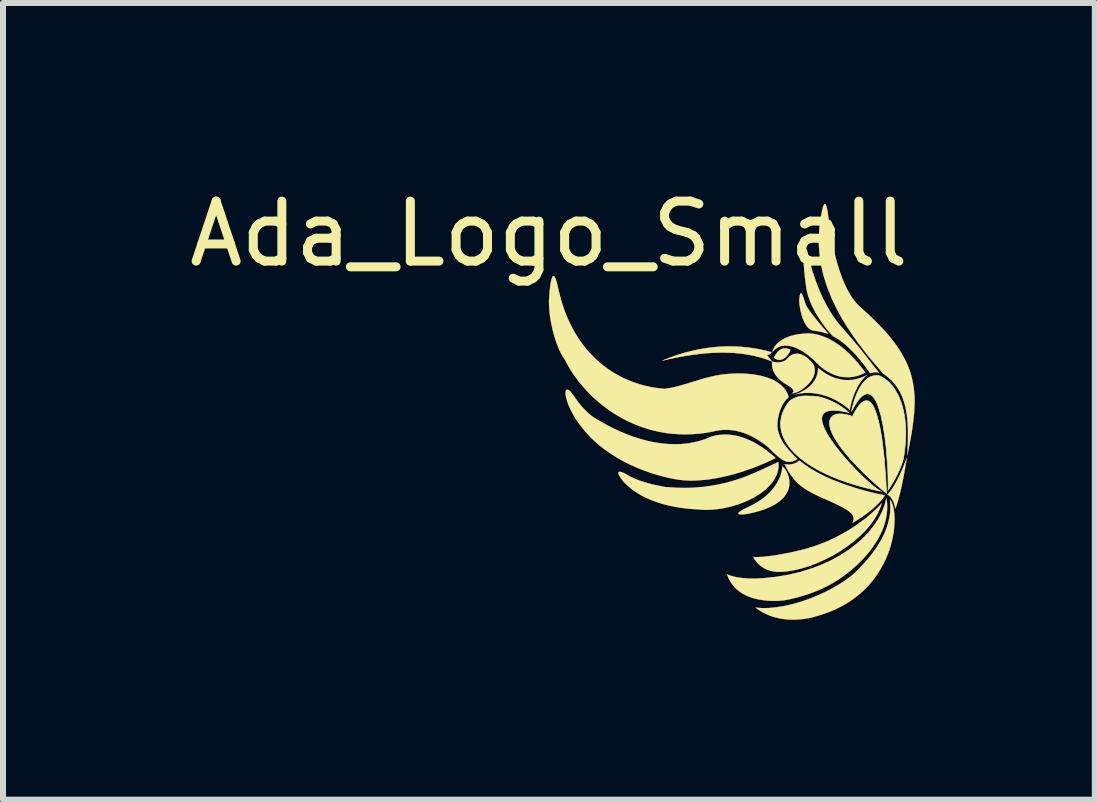
<source format=kicad_pcb>
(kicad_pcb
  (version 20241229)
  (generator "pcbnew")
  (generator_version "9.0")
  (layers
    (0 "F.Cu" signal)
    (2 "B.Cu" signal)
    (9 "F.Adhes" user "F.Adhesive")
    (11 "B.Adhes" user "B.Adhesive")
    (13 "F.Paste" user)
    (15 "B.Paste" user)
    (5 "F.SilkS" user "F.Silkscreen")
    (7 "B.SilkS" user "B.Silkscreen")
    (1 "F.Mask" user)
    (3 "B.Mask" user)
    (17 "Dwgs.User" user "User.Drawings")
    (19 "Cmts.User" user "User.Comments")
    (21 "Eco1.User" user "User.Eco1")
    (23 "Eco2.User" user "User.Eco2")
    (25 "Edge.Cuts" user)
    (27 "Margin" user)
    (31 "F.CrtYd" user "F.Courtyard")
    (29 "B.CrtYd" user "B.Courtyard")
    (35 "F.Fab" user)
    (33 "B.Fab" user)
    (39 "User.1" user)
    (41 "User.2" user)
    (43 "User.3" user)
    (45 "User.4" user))
  (footprint "Ada_Logo_Small"
    (layer "F.Cu")
    (at 6.101 0.348)
    (property "Reference" "Ada_Logo_Small" (at 0 0.5 0) (layer "F.SilkS") (effects (font (size 1 1) (thickness 0.15))))
    (attr through_hole)
    (fp_poly (pts (xy 5.967 4.235) (xy 5.937 4.312) (xy 5.904 4.393) (xy 5.862 4.491) (xy 5.837 4.543) (xy 5.811 4.595) (xy 5.784 4.646) (xy 5.756 4.695) (xy 5.727 4.741) (xy 5.698 4.783) (xy 5.683 4.801) (xy 5.668 4.818) (xy 5.654 4.834) (xy 5.639 4.847) (xy 5.643 4.849) (xy 5.648 4.851) (xy 5.655 4.854) (xy 5.663 4.859) (xy 5.668 4.862) (xy 5.672 4.866) (xy 5.677 4.87) (xy 5.683 4.875) (xy 5.688 4.88) (xy 5.693 4.886) (xy 5.699 4.892) (xy 5.705 4.899) (xy 5.71 4.907) (xy 5.716 4.916) (xy 5.722 4.925) (xy 5.727 4.935) (xy 5.733 4.946) (xy 5.738 4.957) (xy 5.744 4.97) (xy 5.749 4.983) (xy 5.754 4.998) (xy 5.759 5.013) (xy 5.763 5.029) (xy 5.767 5.047) (xy 5.771 5.065) (xy 5.775 5.085) (xy 5.794 5.034) (xy 5.812 4.976) (xy 5.848 4.846) (xy 5.88 4.706) (xy 5.909 4.566) (xy 5.951 4.332) (xy 5.967 4.235)) (stroke (width 0.002) (type solid)) (fill yes) (layer "F.Cu"))
    (fp_poly (pts (xy 3.75 2.565) (xy 3.757 2.571) (xy 3.765 2.577) (xy 3.775 2.583) (xy 3.781 2.586) (xy 3.788 2.59) (xy 3.796 2.593) (xy 3.804 2.595) (xy 3.812 2.598) (xy 3.821 2.6) (xy 3.83 2.601) (xy 3.84 2.602) (xy 3.85 2.602) (xy 3.861 2.601) (xy 3.872 2.599) (xy 3.883 2.595) (xy 3.894 2.591) (xy 3.906 2.585) (xy 3.918 2.578) (xy 3.93 2.57) (xy 3.936 2.565) (xy 3.942 2.56) (xy 3.948 2.554) (xy 3.954 2.548) (xy 3.961 2.542) (xy 3.967 2.535) (xy 3.973 2.527) (xy 3.979 2.519) (xy 3.986 2.511) (xy 3.992 2.502) (xy 4.005 2.482) (xy 4.017 2.46) (xy 4.03 2.436) (xy 4.022 2.432) (xy 4.014 2.427) (xy 4.002 2.422) (xy 3.988 2.417) (xy 3.98 2.415) (xy 3.971 2.413) (xy 3.962 2.411) (xy 3.953 2.41) (xy 3.943 2.409) (xy 3.933 2.409) (xy 3.922 2.41) (xy 3.911 2.411) (xy 3.9 2.414) (xy 3.889 2.417) (xy 3.877 2.422) (xy 3.865 2.427) (xy 3.854 2.434) (xy 3.842 2.442) (xy 3.83 2.452) (xy 3.818 2.463) (xy 3.807 2.475) (xy 3.795 2.49) (xy 3.784 2.506) (xy 3.772 2.524) (xy 3.761 2.544) (xy 3.75 2.565)) (stroke (width 0.002) (type solid)) (fill yes) (layer "F.Cu"))
    (fp_poly (pts (xy 4.658 2.166) (xy 4.603 2.103) (xy 4.546 2.037) (xy 4.48 1.957) (xy 4.412 1.873) (xy 4.38 1.831) (xy 4.35 1.791) (xy 4.324 1.754) (xy 4.302 1.72) (xy 4.286 1.692) (xy 4.28 1.679) (xy 4.276 1.668) (xy 4.255 1.603) (xy 4.238 1.552) (xy 4.23 1.532) (xy 4.223 1.516) (xy 4.216 1.504) (xy 4.213 1.499) (xy 4.21 1.495) (xy 4.207 1.492) (xy 4.205 1.491) (xy 4.202 1.49) (xy 4.2 1.491) (xy 4.197 1.492) (xy 4.195 1.495) (xy 4.193 1.499) (xy 4.19 1.504) (xy 4.186 1.517) (xy 4.182 1.536) (xy 4.179 1.559) (xy 4.175 1.587) (xy 4.174 1.607) (xy 4.175 1.635) (xy 4.177 1.667) (xy 4.182 1.705) (xy 4.188 1.745) (xy 4.197 1.788) (xy 4.208 1.833) (xy 4.221 1.877) (xy 4.237 1.921) (xy 4.254 1.962) (xy 4.275 2.001) (xy 4.286 2.019) (xy 4.297 2.036) (xy 4.309 2.052) (xy 4.322 2.066) (xy 4.336 2.078) (xy 4.35 2.089) (xy 4.365 2.098) (xy 4.38 2.106) (xy 4.396 2.111) (xy 4.413 2.114) (xy 4.436 2.116) (xy 4.459 2.12) (xy 4.503 2.127) (xy 4.544 2.136) (xy 4.581 2.145) (xy 4.612 2.153) (xy 4.637 2.16) (xy 4.658 2.166)) (stroke (width 0.003) (type solid)) (fill yes) (layer "F.Cu"))
    (fp_poly (pts (xy 3.408 5.886) (xy 3.413 5.897) (xy 3.42 5.91) (xy 3.429 5.926) (xy 3.442 5.945) (xy 3.459 5.967) (xy 3.468 5.978) (xy 3.479 5.989) (xy 3.49 6.001) (xy 3.503 6.013) (xy 3.516 6.025) (xy 3.53 6.036) (xy 3.546 6.048) (xy 3.562 6.059) (xy 3.58 6.07) (xy 3.598 6.08) (xy 3.618 6.09) (xy 3.639 6.099) (xy 3.661 6.107) (xy 3.684 6.115) (xy 3.708 6.121) (xy 3.734 6.126) (xy 3.761 6.131) (xy 3.789 6.134) (xy 3.819 6.135) (xy 3.85 6.136) (xy 3.963 6.128) (xy 4.083 6.109) (xy 4.208 6.08) (xy 4.336 6.04) (xy 4.466 5.991) (xy 4.597 5.933) (xy 4.726 5.867) (xy 4.852 5.793) (xy 4.973 5.711) (xy 5.088 5.623) (xy 5.195 5.529) (xy 5.292 5.43) (xy 5.336 5.379) (xy 5.378 5.326) (xy 5.415 5.272) (xy 5.45 5.218) (xy 5.481 5.162) (xy 5.508 5.106) (xy 5.531 5.049) (xy 5.549 4.991) (xy 5.526 5.016) (xy 5.498 5.046) (xy 5.459 5.085) (xy 5.409 5.132) (xy 5.347 5.186) (xy 5.276 5.245) (xy 5.193 5.307) (xy 5.101 5.373) (xy 5.05 5.406) (xy 4.998 5.439) (xy 4.942 5.472) (xy 4.884 5.505) (xy 4.824 5.537) (xy 4.761 5.569) (xy 4.696 5.6) (xy 4.628 5.63) (xy 4.557 5.659) (xy 4.485 5.686) (xy 4.409 5.712) (xy 4.332 5.737) (xy 4.252 5.759) (xy 4.17 5.78) (xy 4.066 5.804) (xy 3.971 5.823) (xy 3.806 5.854) (xy 3.674 5.873) (xy 3.572 5.884) (xy 3.496 5.888) (xy 3.445 5.889) (xy 3.408 5.886) (xy 3.408 5.886)) (stroke (width 0.002) (type solid)) (fill yes) (layer "F.Cu"))
    (fp_poly (pts (xy 1.889 2.614) (xy 2.019 2.563) (xy 2.146 2.518) (xy 2.272 2.48) (xy 2.395 2.449) (xy 2.517 2.423) (xy 2.636 2.404) (xy 2.754 2.389) (xy 2.869 2.381) (xy 2.982 2.377) (xy 3.092 2.378) (xy 3.201 2.384) (xy 3.307 2.394) (xy 3.412 2.408) (xy 3.513 2.426) (xy 3.613 2.448) (xy 3.71 2.474) (xy 3.709 2.476) (xy 3.708 2.478) (xy 3.706 2.481) (xy 3.704 2.485) (xy 3.701 2.489) (xy 3.697 2.493) (xy 3.695 2.495) (xy 3.693 2.497) (xy 3.691 2.499) (xy 3.689 2.501) (xy 3.686 2.503) (xy 3.684 2.505) (xy 3.681 2.506) (xy 3.678 2.508) (xy 3.675 2.509) (xy 3.672 2.511) (xy 3.669 2.512) (xy 3.666 2.513) (xy 3.662 2.513) (xy 3.659 2.514) (xy 3.655 2.514) (xy 3.651 2.513) (xy 3.647 2.513) (xy 3.643 2.512) (xy 3.641 2.512) (xy 3.64 2.512) (xy 3.639 2.512) (xy 3.639 2.512) (xy 3.639 2.513) (xy 3.638 2.513) (xy 3.638 2.513) (xy 3.638 2.514) (xy 3.638 2.516) (xy 3.638 2.517) (xy 3.638 2.519) (xy 3.639 2.521) (xy 3.64 2.523) (xy 3.641 2.525) (xy 3.642 2.528) (xy 3.644 2.531) (xy 3.646 2.534) (xy 3.648 2.537) (xy 3.65 2.541) (xy 3.653 2.545) (xy 3.659 2.553) (xy 3.666 2.563) (xy 3.674 2.573) (xy 3.683 2.585) (xy 3.693 2.597) (xy 3.704 2.61) (xy 3.716 2.625) (xy 3.617 2.588) (xy 3.516 2.557) (xy 3.412 2.531) (xy 3.306 2.511) (xy 3.198 2.496) (xy 3.088 2.485) (xy 2.976 2.48) (xy 2.862 2.479) (xy 2.747 2.482) (xy 2.629 2.49) (xy 2.51 2.502) (xy 2.389 2.517) (xy 2.266 2.536) (xy 2.142 2.559) (xy 2.016 2.585) (xy 1.889 2.614)) (stroke (width 0.004) (type solid)) (fill yes) (layer "F.Cu"))
    (fp_poly (pts (xy 5.684 4.934) (xy 5.701 4.955) (xy 5.716 4.983) (xy 5.73 5.016) (xy 5.741 5.056) (xy 5.75 5.101) (xy 5.757 5.152) (xy 5.763 5.266) (xy 5.756 5.396) (xy 5.748 5.465) (xy 5.736 5.537) (xy 5.72 5.612) (xy 5.701 5.688) (xy 5.677 5.765) (xy 5.648 5.844) (xy 5.615 5.922) (xy 5.577 6.001) (xy 5.534 6.08) (xy 5.486 6.158) (xy 5.432 6.235) (xy 5.373 6.31) (xy 5.308 6.383) (xy 5.237 6.454) (xy 5.159 6.522) (xy 5.075 6.587) (xy 4.985 6.648) (xy 4.887 6.705) (xy 4.783 6.758) (xy 4.671 6.805) (xy 4.551 6.847) (xy 4.424 6.884) (xy 4.4 6.891) (xy 4.331 6.907) (xy 4.282 6.915) (xy 4.226 6.923) (xy 4.162 6.929) (xy 4.093 6.932) (xy 4.018 6.931) (xy 3.98 6.929) (xy 3.94 6.925) (xy 3.9 6.92) (xy 3.859 6.913) (xy 3.817 6.905) (xy 3.776 6.895) (xy 3.734 6.882) (xy 3.692 6.868) (xy 3.65 6.852) (xy 3.608 6.833) (xy 3.566 6.811) (xy 3.525 6.787) (xy 3.484 6.761) (xy 3.444 6.731) (xy 3.551 6.739) (xy 3.664 6.738) (xy 3.78 6.727) (xy 3.899 6.709) (xy 4.02 6.683) (xy 4.142 6.651) (xy 4.264 6.612) (xy 4.383 6.568) (xy 4.5 6.519) (xy 4.614 6.467) (xy 4.722 6.41) (xy 4.824 6.352) (xy 4.92 6.291) (xy 5.007 6.228) (xy 5.084 6.165) (xy 5.151 6.102) (xy 5.218 6.032) (xy 5.281 5.962) (xy 5.34 5.892) (xy 5.396 5.821) (xy 5.447 5.75) (xy 5.494 5.678) (xy 5.536 5.606) (xy 5.574 5.534) (xy 5.607 5.461) (xy 5.635 5.387) (xy 5.657 5.313) (xy 5.674 5.239) (xy 5.686 5.164) (xy 5.691 5.088) (xy 5.692 5.05) (xy 5.691 5.012) (xy 5.688 4.973) (xy 5.684 4.934)) (stroke (width 0.002) (type solid)) (fill yes) (layer "F.Cu"))
    (fp_poly (pts (xy 3.928 4.338) (xy 3.96 4.401) (xy 3.992 4.458) (xy 4.025 4.51) (xy 4.042 4.534) (xy 4.059 4.557) (xy 4.076 4.58) (xy 4.094 4.601) (xy 4.112 4.621) (xy 4.131 4.64) (xy 4.15 4.659) (xy 4.17 4.677) (xy 4.191 4.695) (xy 4.213 4.712) (xy 4.259 4.745) (xy 4.31 4.777) (xy 4.365 4.808) (xy 4.426 4.84) (xy 4.493 4.872) (xy 4.566 4.906) (xy 4.733 4.98) (xy 4.787 5.005) (xy 4.836 5.029) (xy 4.88 5.052) (xy 4.92 5.073) (xy 4.955 5.094) (xy 4.986 5.115) (xy 5.012 5.135) (xy 5.034 5.154) (xy 5.052 5.174) (xy 5.059 5.183) (xy 5.065 5.193) (xy 5.07 5.203) (xy 5.074 5.213) (xy 5.077 5.223) (xy 5.079 5.233) (xy 5.08 5.243) (xy 5.08 5.253) (xy 5.079 5.264) (xy 5.077 5.274) (xy 5.074 5.285) (xy 5.07 5.296) (xy 5.059 5.319) (xy 5.12 5.284) (xy 5.185 5.242) (xy 5.224 5.216) (xy 5.266 5.187) (xy 5.31 5.155) (xy 5.354 5.12) (xy 5.4 5.082) (xy 5.444 5.042) (xy 5.488 4.999) (xy 5.509 4.977) (xy 5.529 4.955) (xy 5.549 4.932) (xy 5.568 4.908) (xy 5.585 4.885) (xy 5.602 4.86) (xy 5.448 4.828) (xy 5.28 4.786) (xy 5.18 4.758) (xy 5.072 4.725) (xy 4.959 4.688) (xy 4.842 4.645) (xy 4.723 4.598) (xy 4.605 4.545) (xy 4.489 4.487) (xy 4.433 4.455) (xy 4.378 4.423) (xy 4.325 4.389) (xy 4.273 4.354) (xy 4.224 4.317) (xy 4.177 4.279) (xy 4.165 4.288) (xy 4.154 4.296) (xy 4.142 4.303) (xy 4.131 4.31) (xy 4.119 4.316) (xy 4.108 4.322) (xy 4.097 4.326) (xy 4.086 4.331) (xy 4.064 4.337) (xy 4.044 4.342) (xy 4.024 4.345) (xy 4.006 4.346) (xy 3.989 4.346) (xy 3.974 4.346) (xy 3.961 4.344) (xy 3.949 4.343) (xy 3.933 4.339) (xy 3.928 4.338)) (stroke (width 0.002) (type solid)) (fill yes) (layer "F.Cu"))
    (fp_poly (pts (xy 3.89 4.373) (xy 3.89 4.391) (xy 3.888 4.413) (xy 3.883 4.442) (xy 3.876 4.477) (xy 3.864 4.518) (xy 3.856 4.541) (xy 3.847 4.564) (xy 3.836 4.588) (xy 3.824 4.614) (xy 3.81 4.64) (xy 3.794 4.667) (xy 3.776 4.694) (xy 3.756 4.722) (xy 3.734 4.751) (xy 3.71 4.779) (xy 3.683 4.808) (xy 3.654 4.837) (xy 3.622 4.866) (xy 3.587 4.895) (xy 3.55 4.923) (xy 3.509 4.951) (xy 3.466 4.979) (xy 3.419 5.006) (xy 3.369 5.033) (xy 3.315 5.059) (xy 3.247 5.092) (xy 3.22 5.107) (xy 3.199 5.12) (xy 3.182 5.132) (xy 3.17 5.142) (xy 3.161 5.151) (xy 3.158 5.158) (xy 3.157 5.165) (xy 3.161 5.17) (xy 3.168 5.174) (xy 3.178 5.176) (xy 3.191 5.178) (xy 3.206 5.178) (xy 3.245 5.177) (xy 3.292 5.171) (xy 3.345 5.161) (xy 3.403 5.149) (xy 3.463 5.133) (xy 3.525 5.115) (xy 3.586 5.095) (xy 3.644 5.072) (xy 3.698 5.048) (xy 3.723 5.035) (xy 3.748 5.022) (xy 3.771 5.009) (xy 3.793 4.995) (xy 3.813 4.981) (xy 3.833 4.966) (xy 3.851 4.952) (xy 3.869 4.937) (xy 3.885 4.922) (xy 3.9 4.907) (xy 3.914 4.892) (xy 3.927 4.876) (xy 3.939 4.861) (xy 3.949 4.845) (xy 3.959 4.83) (xy 3.968 4.814) (xy 3.976 4.798) (xy 3.983 4.782) (xy 3.99 4.766) (xy 3.995 4.75) (xy 3.999 4.734) (xy 4.003 4.718) (xy 4.006 4.702) (xy 4.008 4.686) (xy 4.009 4.671) (xy 4.01 4.655) (xy 4.01 4.639) (xy 4.009 4.624) (xy 4.005 4.593) (xy 3.999 4.563) (xy 3.993 4.542) (xy 3.986 4.522) (xy 3.98 4.504) (xy 3.973 4.488) (xy 3.966 4.473) (xy 3.959 4.459) (xy 3.952 4.447) (xy 3.944 4.436) (xy 3.937 4.425) (xy 3.93 4.416) (xy 3.923 4.408) (xy 3.916 4.4) (xy 3.89 4.373) (xy 3.89 4.373)) (stroke (width 0.002) (type solid)) (fill yes) (layer "F.Cu"))
    (fp_poly (pts (xy 4.486 2.734) (xy 4.487 2.748) (xy 4.486 2.764) (xy 4.484 2.786) (xy 4.48 2.812) (xy 4.473 2.841) (xy 4.468 2.858) (xy 4.462 2.874) (xy 4.455 2.892) (xy 4.447 2.91) (xy 4.437 2.928) (xy 4.427 2.946) (xy 4.414 2.965) (xy 4.4 2.984) (xy 4.385 3.003) (xy 4.368 3.022) (xy 4.349 3.04) (xy 4.328 3.059) (xy 4.305 3.077) (xy 4.279 3.094) (xy 4.252 3.112) (xy 4.223 3.128) (xy 4.191 3.144) (xy 4.156 3.159) (xy 4.119 3.173) (xy 4.08 3.186) (xy 4.1 3.18) (xy 4.124 3.173) (xy 4.157 3.166) (xy 4.198 3.16) (xy 4.247 3.154) (xy 4.303 3.152) (xy 4.333 3.152) (xy 4.365 3.153) (xy 4.398 3.156) (xy 4.433 3.16) (xy 4.468 3.165) (xy 4.505 3.172) (xy 4.544 3.181) (xy 4.583 3.192) (xy 4.623 3.204) (xy 4.664 3.219) (xy 4.706 3.236) (xy 4.749 3.256) (xy 4.792 3.278) (xy 4.836 3.304) (xy 4.881 3.331) (xy 4.926 3.362) (xy 4.971 3.397) (xy 5.017 3.434) (xy 5.019 3.417) (xy 5.028 3.371) (xy 5.036 3.339) (xy 5.045 3.302) (xy 5.057 3.262) (xy 5.071 3.218) (xy 5.089 3.172) (xy 5.109 3.124) (xy 5.132 3.076) (xy 5.144 3.052) (xy 5.158 3.028) (xy 5.173 3.004) (xy 5.188 2.981) (xy 5.204 2.958) (xy 5.222 2.936) (xy 5.24 2.914) (xy 5.259 2.893) (xy 5.279 2.873) (xy 5.301 2.854) (xy 5.275 2.867) (xy 5.252 2.878) (xy 5.222 2.891) (xy 5.186 2.904) (xy 5.143 2.917) (xy 5.12 2.922) (xy 5.095 2.927) (xy 5.07 2.932) (xy 5.043 2.935) (xy 5.014 2.937) (xy 4.985 2.938) (xy 4.955 2.938) (xy 4.923 2.936) (xy 4.891 2.932) (xy 4.858 2.926) (xy 4.824 2.919) (xy 4.789 2.909) (xy 4.753 2.897) (xy 4.717 2.882) (xy 4.68 2.865) (xy 4.642 2.845) (xy 4.604 2.822) (xy 4.565 2.796) (xy 4.526 2.767) (xy 4.486 2.734)) (stroke (width 0.002) (type solid)) (fill yes) (layer "F.Cu"))
    (fp_poly (pts (xy 1.939 4.721) (xy 2.109 4.732) (xy 2.27 4.736) (xy 2.423 4.731) (xy 2.568 4.719) (xy 2.706 4.7) (xy 2.837 4.676) (xy 2.961 4.648) (xy 3.078 4.615) (xy 3.189 4.579) (xy 3.295 4.54) (xy 3.49 4.459) (xy 3.824 4.303) (xy 3.828 4.348) (xy 3.827 4.392) (xy 3.821 4.435) (xy 3.81 4.477) (xy 3.796 4.519) (xy 3.777 4.56) (xy 3.754 4.599) (xy 3.728 4.638) (xy 3.698 4.675) (xy 3.665 4.711) (xy 3.629 4.746) (xy 3.59 4.78) (xy 3.548 4.812) (xy 3.504 4.843) (xy 3.457 4.872) (xy 3.409 4.9) (xy 3.358 4.926) (xy 3.306 4.951) (xy 3.252 4.974) (xy 3.197 4.995) (xy 3.141 5.015) (xy 3.084 5.032) (xy 3.027 5.048) (xy 2.969 5.062) (xy 2.91 5.074) (xy 2.852 5.084) (xy 2.794 5.091) (xy 2.736 5.097) (xy 2.679 5.1) (xy 2.622 5.101) (xy 2.566 5.1) (xy 2.512 5.096) (xy 2.361 5.086) (xy 2.282 5.078) (xy 2.2 5.067) (xy 2.118 5.054) (xy 2.034 5.037) (xy 1.949 5.017) (xy 1.865 4.994) (xy 1.781 4.967) (xy 1.699 4.936) (xy 1.618 4.9) (xy 1.539 4.86) (xy 1.463 4.814) (xy 1.39 4.764) (xy 1.321 4.707) (xy 1.288 4.677) (xy 1.256 4.645) (xy 1.237 4.623) (xy 1.223 4.605) (xy 1.208 4.585) (xy 1.194 4.564) (xy 1.18 4.542) (xy 1.169 4.521) (xy 1.165 4.512) (xy 1.162 4.502) (xy 1.159 4.494) (xy 1.158 4.486) (xy 1.159 4.48) (xy 1.161 4.474) (xy 1.164 4.47) (xy 1.17 4.467) (xy 1.177 4.466) (xy 1.187 4.467) (xy 1.199 4.469) (xy 1.213 4.473) (xy 1.23 4.48) (xy 1.249 4.488) (xy 1.271 4.499) (xy 1.296 4.513) (xy 1.324 4.529) (xy 1.356 4.548) (xy 1.398 4.567) (xy 1.439 4.585) (xy 1.478 4.601) (xy 1.516 4.615) (xy 1.554 4.628) (xy 1.59 4.64) (xy 1.661 4.66) (xy 1.73 4.678) (xy 1.799 4.693) (xy 1.939 4.721) (xy 1.939 4.721)) (stroke (width 0.002) (type solid)) (fill yes) (layer "F.Cu"))
    (fp_poly (pts (xy 3.727 2.472) (xy 3.729 2.459) (xy 3.733 2.445) (xy 3.74 2.426) (xy 3.745 2.415) (xy 3.751 2.403) (xy 3.758 2.391) (xy 3.766 2.378) (xy 3.775 2.365) (xy 3.786 2.351) (xy 3.798 2.337) (xy 3.812 2.323) (xy 3.828 2.309) (xy 3.846 2.295) (xy 3.865 2.281) (xy 3.886 2.267) (xy 3.909 2.254) (xy 3.935 2.241) (xy 3.963 2.228) (xy 3.993 2.216) (xy 4.026 2.205) (xy 4.061 2.195) (xy 4.099 2.186) (xy 4.139 2.178) (xy 4.183 2.171) (xy 4.229 2.166) (xy 4.279 2.162) (xy 4.331 2.159) (xy 4.376 2.163) (xy 4.421 2.169) (xy 4.464 2.178) (xy 4.507 2.189) (xy 4.548 2.202) (xy 4.589 2.217) (xy 4.629 2.234) (xy 4.668 2.252) (xy 4.743 2.293) (xy 4.813 2.338) (xy 4.88 2.387) (xy 4.942 2.439) (xy 5.001 2.492) (xy 5.054 2.546) (xy 5.103 2.599) (xy 5.147 2.649) (xy 5.221 2.741) (xy 5.275 2.811) (xy 5.256 2.822) (xy 5.233 2.833) (xy 5.203 2.847) (xy 5.164 2.861) (xy 5.142 2.867) (xy 5.119 2.874) (xy 5.094 2.879) (xy 5.067 2.884) (xy 5.039 2.887) (xy 5.01 2.89) (xy 4.979 2.891) (xy 4.947 2.89) (xy 4.915 2.888) (xy 4.881 2.883) (xy 4.846 2.877) (xy 4.81 2.868) (xy 4.773 2.856) (xy 4.736 2.842) (xy 4.698 2.824) (xy 4.659 2.804) (xy 4.62 2.78) (xy 4.58 2.753) (xy 4.54 2.722) (xy 4.5 2.687) (xy 4.459 2.648) (xy 4.418 2.605) (xy 4.372 2.565) (xy 4.328 2.529) (xy 4.285 2.497) (xy 4.245 2.47) (xy 4.206 2.446) (xy 4.168 2.425) (xy 4.133 2.408) (xy 4.099 2.394) (xy 4.066 2.383) (xy 4.036 2.374) (xy 4.007 2.368) (xy 3.979 2.365) (xy 3.953 2.363) (xy 3.929 2.364) (xy 3.906 2.366) (xy 3.885 2.369) (xy 3.865 2.374) (xy 3.846 2.381) (xy 3.814 2.395) (xy 3.786 2.412) (xy 3.765 2.429) (xy 3.748 2.446) (xy 3.736 2.459) (xy 3.727 2.472)) (stroke (width 0.002) (type solid)) (fill yes) (layer "F.Cu"))
    (fp_poly (pts (xy 5.976 4.194) (xy 5.984 3.97) (xy 5.985 3.863) (xy 5.984 3.76) (xy 5.98 3.661) (xy 5.972 3.566) (xy 5.96 3.474) (xy 5.943 3.387) (xy 5.92 3.303) (xy 5.892 3.223) (xy 5.858 3.147) (xy 5.816 3.075) (xy 5.793 3.041) (xy 5.767 3.007) (xy 5.74 2.975) (xy 5.71 2.943) (xy 5.678 2.913) (xy 5.644 2.884) (xy 5.608 2.855) (xy 5.57 2.828) (xy 5.362 2.584) (xy 5.258 2.455) (xy 5.156 2.32) (xy 5.057 2.181) (xy 4.961 2.036) (xy 4.871 1.887) (xy 4.788 1.733) (xy 4.713 1.574) (xy 4.647 1.41) (xy 4.618 1.327) (xy 4.592 1.242) (xy 4.568 1.156) (xy 4.548 1.069) (xy 4.531 0.981) (xy 4.517 0.892) (xy 4.508 0.802) (xy 4.501 0.711) (xy 4.499 0.618) (xy 4.501 0.525) (xy 4.507 0.43) (xy 4.517 0.334) (xy 4.535 0.212) (xy 4.552 0.121) (xy 4.567 0.058) (xy 4.575 0.036) (xy 4.582 0.019) (xy 4.589 0.009) (xy 4.595 0.003) (xy 4.602 0.001) (xy 4.608 0.004) (xy 4.614 0.011) (xy 4.619 0.021) (xy 4.629 0.049) (xy 4.638 0.086) (xy 4.646 0.129) (xy 4.658 0.218) (xy 4.668 0.32) (xy 4.693 0.49) (xy 4.727 0.672) (xy 4.751 0.778) (xy 4.778 0.891) (xy 4.811 1.007) (xy 4.848 1.125) (xy 4.89 1.242) (xy 4.938 1.355) (xy 4.964 1.409) (xy 4.991 1.461) (xy 5.02 1.511) (xy 5.05 1.558) (xy 5.082 1.603) (xy 5.115 1.644) (xy 5.15 1.682) (xy 5.186 1.716) (xy 5.365 1.879) (xy 5.52 2.034) (xy 5.59 2.109) (xy 5.655 2.183) (xy 5.714 2.255) (xy 5.769 2.327) (xy 5.818 2.397) (xy 5.864 2.467) (xy 5.904 2.536) (xy 5.941 2.605) (xy 5.973 2.673) (xy 6.001 2.742) (xy 6.025 2.811) (xy 6.045 2.88) (xy 6.062 2.95) (xy 6.075 3.021) (xy 6.085 3.093) (xy 6.092 3.165) (xy 6.096 3.239) (xy 6.096 3.315) (xy 6.09 3.471) (xy 6.073 3.636) (xy 6.048 3.811) (xy 6.015 3.996) (xy 5.976 4.194)) (stroke (width 0.002) (type solid)) (fill yes) (layer "F.Cu"))
    (fp_poly (pts (xy 4.327 0.872) (xy 4.355 0.991) (xy 4.393 1.122) (xy 4.418 1.2) (xy 4.448 1.285) (xy 4.482 1.376) (xy 4.521 1.47) (xy 4.565 1.566) (xy 4.613 1.663) (xy 4.667 1.76) (xy 4.696 1.808) (xy 4.726 1.855) (xy 4.758 1.901) (xy 4.79 1.946) (xy 4.825 1.989) (xy 4.86 2.032) (xy 4.991 2.182) (xy 5.085 2.292) (xy 5.154 2.374) (xy 5.209 2.442) (xy 5.32 2.584) (xy 5.399 2.685) (xy 5.508 2.822) (xy 5.506 2.821) (xy 5.504 2.82) (xy 5.5 2.818) (xy 5.498 2.817) (xy 5.496 2.816) (xy 5.493 2.815) (xy 5.49 2.813) (xy 5.487 2.812) (xy 5.483 2.811) (xy 5.479 2.811) (xy 5.475 2.81) (xy 5.47 2.809) (xy 5.465 2.808) (xy 5.46 2.808) (xy 5.454 2.808) (xy 5.448 2.807) (xy 5.442 2.808) (xy 5.435 2.808) (xy 5.427 2.808) (xy 5.42 2.809) (xy 5.412 2.81) (xy 5.403 2.812) (xy 5.395 2.813) (xy 5.385 2.815) (xy 5.376 2.817) (xy 5.365 2.82) (xy 5.355 2.823) (xy 5.301 2.747) (xy 5.24 2.666) (xy 5.202 2.619) (xy 5.16 2.569) (xy 5.115 2.517) (xy 5.066 2.465) (xy 5.015 2.414) (xy 4.962 2.364) (xy 4.906 2.317) (xy 4.878 2.295) (xy 4.85 2.275) (xy 4.821 2.255) (xy 4.792 2.238) (xy 4.764 2.221) (xy 4.735 2.207) (xy 4.718 2.189) (xy 4.673 2.138) (xy 4.643 2.102) (xy 4.609 2.059) (xy 4.573 2.01) (xy 4.534 1.956) (xy 4.495 1.896) (xy 4.456 1.832) (xy 4.437 1.799) (xy 4.419 1.765) (xy 4.401 1.729) (xy 4.383 1.693) (xy 4.367 1.657) (xy 4.352 1.619) (xy 4.338 1.581) (xy 4.325 1.543) (xy 4.313 1.504) (xy 4.303 1.465) (xy 4.295 1.425) (xy 4.288 1.385) (xy 4.272 1.262) (xy 4.26 1.154) (xy 4.252 1.058) (xy 4.247 0.976) (xy 4.244 0.907) (xy 4.245 0.85) (xy 4.248 0.805) (xy 4.253 0.771) (xy 4.26 0.749) (xy 4.264 0.741) (xy 4.268 0.737) (xy 4.273 0.735) (xy 4.277 0.736) (xy 4.282 0.739) (xy 4.287 0.745) (xy 4.297 0.763) (xy 4.307 0.791) (xy 4.317 0.827) (xy 4.327 0.872)) (stroke (width 0.002) (type solid)) (fill yes) (layer "F.Cu"))
    (fp_poly (pts (xy 5.624 4.907) (xy 5.63 4.932) (xy 5.635 4.964) (xy 5.639 5.006) (xy 5.64 5.059) (xy 5.637 5.121) (xy 5.634 5.156) (xy 5.629 5.192) (xy 5.622 5.231) (xy 5.613 5.272) (xy 5.602 5.315) (xy 5.588 5.359) (xy 5.572 5.405) (xy 5.553 5.453) (xy 5.53 5.502) (xy 5.505 5.552) (xy 5.476 5.604) (xy 5.444 5.657) (xy 5.407 5.711) (xy 5.367 5.766) (xy 5.322 5.822) (xy 5.273 5.879) (xy 5.22 5.937) (xy 5.161 5.995) (xy 5.098 6.054) (xy 5.029 6.113) (xy 4.966 6.163) (xy 4.902 6.211) (xy 4.839 6.255) (xy 4.774 6.296) (xy 4.71 6.335) (xy 4.644 6.37) (xy 4.578 6.403) (xy 4.512 6.434) (xy 4.444 6.462) (xy 4.376 6.488) (xy 4.307 6.512) (xy 4.236 6.534) (xy 4.165 6.555) (xy 4.093 6.573) (xy 4.02 6.59) (xy 3.945 6.606) (xy 3.911 6.611) (xy 3.818 6.618) (xy 3.755 6.619) (xy 3.684 6.618) (xy 3.607 6.612) (xy 3.525 6.601) (xy 3.484 6.593) (xy 3.442 6.583) (xy 3.4 6.572) (xy 3.358 6.558) (xy 3.317 6.542) (xy 3.276 6.523) (xy 3.237 6.503) (xy 3.199 6.479) (xy 3.162 6.452) (xy 3.127 6.423) (xy 3.094 6.39) (xy 3.064 6.354) (xy 3.036 6.315) (xy 3.011 6.272) (xy 2.988 6.225) (xy 2.97 6.174) (xy 2.977 6.178) (xy 2.987 6.183) (xy 3.002 6.189) (xy 3.02 6.196) (xy 3.043 6.203) (xy 3.071 6.211) (xy 3.087 6.215) (xy 3.104 6.219) (xy 3.122 6.223) (xy 3.141 6.226) (xy 3.162 6.23) (xy 3.184 6.233) (xy 3.207 6.236) (xy 3.232 6.239) (xy 3.258 6.241) (xy 3.285 6.243) (xy 3.314 6.245) (xy 3.344 6.246) (xy 3.376 6.247) (xy 3.409 6.247) (xy 3.443 6.247) (xy 3.479 6.246) (xy 3.516 6.244) (xy 3.555 6.242) (xy 3.773 6.22) (xy 3.981 6.186) (xy 4.179 6.14) (xy 4.365 6.083) (xy 4.541 6.017) (xy 4.704 5.942) (xy 4.856 5.858) (xy 4.996 5.768) (xy 5.123 5.672) (xy 5.237 5.571) (xy 5.337 5.465) (xy 5.423 5.356) (xy 5.496 5.245) (xy 5.554 5.132) (xy 5.597 5.019) (xy 5.624 4.907)) (stroke (width 0.002) (type solid)) (fill yes) (layer "F.Cu"))
    (fp_poly (pts (xy 0.826 3.608) (xy 0.945 3.676) (xy 1.064 3.738) (xy 1.183 3.794) (xy 1.301 3.843) (xy 1.419 3.887) (xy 1.536 3.923) (xy 1.652 3.954) (xy 1.767 3.977) (xy 1.881 3.994) (xy 1.993 4.004) (xy 2.103 4.007) (xy 2.212 4.004) (xy 2.319 3.993) (xy 2.424 3.974) (xy 2.526 3.949) (xy 2.626 3.916) (xy 2.648 3.905) (xy 2.675 3.893) (xy 2.711 3.88) (xy 2.758 3.867) (xy 2.785 3.861) (xy 2.813 3.856) (xy 2.844 3.852) (xy 2.878 3.849) (xy 2.913 3.847) (xy 2.95 3.847) (xy 2.989 3.848) (xy 3.031 3.852) (xy 3.074 3.858) (xy 3.119 3.866) (xy 3.165 3.877) (xy 3.214 3.891) (xy 3.264 3.908) (xy 3.315 3.929) (xy 3.368 3.952) (xy 3.423 3.98) (xy 3.479 4.012) (xy 3.536 4.048) (xy 3.595 4.088) (xy 3.655 4.133) (xy 3.717 4.183) (xy 3.779 4.237) (xy 3.745 4.255) (xy 3.65 4.3) (xy 3.582 4.33) (xy 3.502 4.363) (xy 3.411 4.399) (xy 3.311 4.435) (xy 3.202 4.471) (xy 3.086 4.506) (xy 2.964 4.537) (xy 2.837 4.565) (xy 2.772 4.577) (xy 2.706 4.588) (xy 2.64 4.597) (xy 2.572 4.604) (xy 2.505 4.609) (xy 2.437 4.613) (xy 2.369 4.614) (xy 2.302 4.612) (xy 2.246 4.609) (xy 2.179 4.601) (xy 2.101 4.589) (xy 2.014 4.572) (xy 1.919 4.549) (xy 1.817 4.522) (xy 1.709 4.489) (xy 1.597 4.45) (xy 1.482 4.405) (xy 1.364 4.353) (xy 1.246 4.294) (xy 1.129 4.228) (xy 1.013 4.154) (xy 0.9 4.073) (xy 0.845 4.029) (xy 0.791 3.983) (xy 0.739 3.936) (xy 0.688 3.886) (xy 0.603 3.793) (xy 0.528 3.7) (xy 0.464 3.61) (xy 0.41 3.523) (xy 0.366 3.441) (xy 0.331 3.365) (xy 0.305 3.295) (xy 0.288 3.234) (xy 0.278 3.183) (xy 0.277 3.143) (xy 0.279 3.127) (xy 0.283 3.114) (xy 0.289 3.105) (xy 0.297 3.1) (xy 0.306 3.098) (xy 0.317 3.1) (xy 0.329 3.106) (xy 0.343 3.116) (xy 0.359 3.13) (xy 0.375 3.149) (xy 0.414 3.201) (xy 0.453 3.258) (xy 0.493 3.311) (xy 0.531 3.358) (xy 0.568 3.401) (xy 0.604 3.438) (xy 0.638 3.472) (xy 0.67 3.501) (xy 0.7 3.526) (xy 0.727 3.547) (xy 0.752 3.564) (xy 0.791 3.59) (xy 0.817 3.604) (xy 0.826 3.608)) (stroke (width 0.002) (type solid)) (fill yes) (layer "F.Cu"))
    (fp_poly (pts (xy 3.87 2.508) (xy 3.87 2.51) (xy 3.871 2.511) (xy 3.871 2.513) (xy 3.871 2.515) (xy 3.872 2.516) (xy 3.872 2.518) (xy 3.872 2.52) (xy 3.872 2.521) (xy 3.871 2.525) (xy 3.871 2.528) (xy 3.87 2.531) (xy 3.869 2.532) (xy 3.868 2.534) (xy 3.868 2.535) (xy 3.867 2.536) (xy 3.866 2.538) (xy 3.865 2.539) (xy 3.864 2.54) (xy 3.863 2.541) (xy 3.862 2.542) (xy 3.861 2.543) (xy 3.86 2.544) (xy 3.859 2.545) (xy 3.858 2.546) (xy 3.856 2.547) (xy 3.855 2.548) (xy 3.854 2.548) (xy 3.852 2.549) (xy 3.851 2.549) (xy 3.849 2.55) (xy 3.848 2.55) (xy 3.846 2.55) (xy 3.845 2.55) (xy 3.843 2.55) (xy 3.842 2.55) (xy 3.84 2.55) (xy 3.839 2.55) (xy 3.837 2.55) (xy 3.836 2.549) (xy 3.834 2.549) (xy 3.833 2.548) (xy 3.831 2.548) (xy 3.83 2.547) (xy 3.829 2.546) (xy 3.827 2.546) (xy 3.826 2.545) (xy 3.825 2.544) (xy 3.823 2.543) (xy 3.822 2.542) (xy 3.821 2.541) (xy 3.82 2.539) (xy 3.819 2.538) (xy 3.818 2.537) (xy 3.817 2.536) (xy 3.816 2.534) (xy 3.815 2.533) (xy 3.814 2.531) (xy 3.814 2.53) (xy 3.813 2.528) (xy 3.812 2.526) (xy 3.812 2.525) (xy 3.811 2.523) (xy 3.811 2.521) (xy 3.811 2.52) (xy 3.81 2.518) (xy 3.81 2.516) (xy 3.81 2.515) (xy 3.81 2.513) (xy 3.81 2.511) (xy 3.81 2.51) (xy 3.81 2.508) (xy 3.811 2.505) (xy 3.812 2.502) (xy 3.813 2.5) (xy 3.813 2.499) (xy 3.814 2.498) (xy 3.815 2.496) (xy 3.815 2.495) (xy 3.816 2.494) (xy 3.817 2.492) (xy 3.818 2.491) (xy 3.819 2.49) (xy 3.82 2.489) (xy 3.821 2.488) (xy 3.823 2.487) (xy 3.824 2.486) (xy 3.825 2.486) (xy 3.827 2.485) (xy 3.828 2.484) (xy 3.829 2.484) (xy 3.831 2.483) (xy 3.832 2.483) (xy 3.834 2.483) (xy 3.835 2.482) (xy 3.837 2.482) (xy 3.839 2.482) (xy 3.84 2.482) (xy 3.842 2.482) (xy 3.843 2.483) (xy 3.845 2.483) (xy 3.846 2.483) (xy 3.847 2.484) (xy 3.849 2.484) (xy 3.85 2.485) (xy 3.852 2.485) (xy 3.853 2.486) (xy 3.854 2.487) (xy 3.856 2.488) (xy 3.857 2.489) (xy 3.858 2.49) (xy 3.859 2.491) (xy 3.861 2.492) (xy 3.862 2.493) (xy 3.863 2.494) (xy 3.864 2.496) (xy 3.865 2.497) (xy 3.866 2.498) (xy 3.867 2.5) (xy 3.867 2.501) (xy 3.868 2.503) (xy 3.869 2.505) (xy 3.869 2.506) (xy 3.87 2.508)) (stroke (width 0.002) (type solid)) (fill yes) (layer "F.Cu"))
    (fp_poly (pts (xy 3.722 2.63) (xy 3.72 2.64) (xy 3.719 2.651) (xy 3.718 2.666) (xy 3.719 2.685) (xy 3.721 2.707) (xy 3.723 2.719) (xy 3.725 2.731) (xy 3.729 2.744) (xy 3.733 2.758) (xy 3.738 2.772) (xy 3.743 2.787) (xy 3.75 2.802) (xy 3.758 2.817) (xy 3.767 2.833) (xy 3.777 2.849) (xy 3.788 2.865) (xy 3.801 2.881) (xy 3.815 2.897) (xy 3.83 2.914) (xy 3.848 2.93) (xy 3.866 2.946) (xy 3.887 2.963) (xy 3.909 2.979) (xy 3.933 2.995) (xy 3.959 3.01) (xy 3.977 3.021) (xy 3.993 3.031) (xy 4.007 3.041) (xy 4.02 3.05) (xy 4.031 3.058) (xy 4.041 3.067) (xy 4.049 3.075) (xy 4.057 3.082) (xy 4.063 3.089) (xy 4.068 3.096) (xy 4.071 3.102) (xy 4.074 3.108) (xy 4.076 3.113) (xy 4.077 3.118) (xy 4.078 3.123) (xy 4.077 3.127) (xy 4.077 3.131) (xy 4.075 3.135) (xy 4.073 3.138) (xy 4.071 3.141) (xy 4.066 3.147) (xy 4.061 3.151) (xy 4.055 3.154) (xy 4.051 3.156) (xy 4.046 3.158) (xy 4.05 3.158) (xy 4.056 3.158) (xy 4.063 3.158) (xy 4.072 3.157) (xy 4.084 3.155) (xy 4.09 3.154) (xy 4.097 3.152) (xy 4.104 3.151) (xy 4.112 3.148) (xy 4.12 3.145) (xy 4.129 3.142) (xy 4.138 3.139) (xy 4.148 3.134) (xy 4.158 3.13) (xy 4.168 3.124) (xy 4.179 3.118) (xy 4.19 3.112) (xy 4.202 3.105) (xy 4.214 3.097) (xy 4.227 3.088) (xy 4.239 3.079) (xy 4.253 3.068) (xy 4.266 3.057) (xy 4.28 3.045) (xy 4.295 3.032) (xy 4.315 3.014) (xy 4.333 2.995) (xy 4.349 2.977) (xy 4.363 2.959) (xy 4.376 2.941) (xy 4.387 2.924) (xy 4.397 2.907) (xy 4.405 2.891) (xy 4.412 2.875) (xy 4.418 2.859) (xy 4.423 2.844) (xy 4.427 2.83) (xy 4.429 2.815) (xy 4.431 2.802) (xy 4.432 2.776) (xy 4.431 2.753) (xy 4.428 2.732) (xy 4.423 2.714) (xy 4.418 2.699) (xy 4.413 2.687) (xy 4.408 2.678) (xy 4.404 2.671) (xy 4.393 2.657) (xy 4.381 2.642) (xy 4.364 2.623) (xy 4.343 2.602) (xy 4.319 2.58) (xy 4.291 2.558) (xy 4.276 2.547) (xy 4.261 2.537) (xy 4.245 2.528) (xy 4.228 2.52) (xy 4.211 2.513) (xy 4.193 2.507) (xy 4.175 2.502) (xy 4.156 2.499) (xy 4.138 2.498) (xy 4.118 2.499) (xy 4.099 2.502) (xy 4.079 2.507) (xy 4.06 2.514) (xy 4.04 2.524) (xy 4.02 2.537) (xy 4 2.553) (xy 3.981 2.572) (xy 3.961 2.594) (xy 3.958 2.597) (xy 3.954 2.601) (xy 3.948 2.605) (xy 3.94 2.61) (xy 3.936 2.613) (xy 3.931 2.616) (xy 3.925 2.619) (xy 3.919 2.622) (xy 3.913 2.625) (xy 3.906 2.627) (xy 3.899 2.63) (xy 3.891 2.633) (xy 3.882 2.635) (xy 3.873 2.637) (xy 3.864 2.639) (xy 3.854 2.64) (xy 3.843 2.641) (xy 3.832 2.642) (xy 3.82 2.642) (xy 3.808 2.642) (xy 3.795 2.642) (xy 3.782 2.641) (xy 3.767 2.639) (xy 3.753 2.637) (xy 3.737 2.634) (xy 3.722 2.63)) (stroke (width 0.002) (type solid)) (fill yes) (layer "F.Cu"))
    (fp_poly (pts (xy 0.004 1.56) (xy 0.001 1.619) (xy 0.002 1.682) (xy 0.006 1.748) (xy 0.012 1.818) (xy 0.021 1.889) (xy 0.033 1.962) (xy 0.048 2.035) (xy 0.064 2.109) (xy 0.083 2.181) (xy 0.104 2.251) (xy 0.127 2.319) (xy 0.152 2.384) (xy 0.178 2.445) (xy 0.206 2.501) (xy 0.235 2.551) (xy 0.265 2.595) (xy 0.332 2.72) (xy 0.412 2.846) (xy 0.505 2.972) (xy 0.611 3.095) (xy 0.668 3.155) (xy 0.728 3.215) (xy 0.791 3.272) (xy 0.857 3.329) (xy 0.926 3.383) (xy 0.998 3.435) (xy 1.072 3.486) (xy 1.149 3.533) (xy 1.229 3.579) (xy 1.311 3.621) (xy 1.396 3.66) (xy 1.484 3.696) (xy 1.574 3.729) (xy 1.666 3.758) (xy 1.761 3.783) (xy 1.858 3.804) (xy 1.958 3.821) (xy 2.06 3.833) (xy 2.164 3.84) (xy 2.27 3.843) (xy 2.379 3.84) (xy 2.489 3.833) (xy 2.602 3.819) (xy 2.717 3.8) (xy 2.753 3.791) (xy 2.788 3.783) (xy 2.823 3.777) (xy 2.858 3.772) (xy 2.927 3.767) (xy 2.994 3.768) (xy 3.06 3.774) (xy 3.125 3.785) (xy 3.188 3.8) (xy 3.249 3.819) (xy 3.309 3.842) (xy 3.367 3.868) (xy 3.423 3.897) (xy 3.477 3.929) (xy 3.529 3.963) (xy 3.58 3.998) (xy 3.628 4.035) (xy 3.674 4.073) (xy 3.715 4.115) (xy 3.754 4.152) (xy 3.789 4.185) (xy 3.822 4.214) (xy 3.853 4.238) (xy 3.882 4.258) (xy 3.896 4.267) (xy 3.909 4.275) (xy 3.922 4.281) (xy 3.935 4.287) (xy 3.948 4.292) (xy 3.961 4.296) (xy 3.973 4.298) (xy 3.986 4.3) (xy 3.998 4.301) (xy 4.01 4.301) (xy 4.023 4.301) (xy 4.035 4.299) (xy 4.048 4.296) (xy 4.06 4.293) (xy 4.073 4.289) (xy 4.087 4.284) (xy 4.114 4.271) (xy 4.143 4.255) (xy 4.081 4.195) (xy 4.051 4.163) (xy 4.021 4.131) (xy 3.992 4.098) (xy 3.964 4.064) (xy 3.937 4.029) (xy 3.912 3.994) (xy 3.889 3.957) (xy 3.869 3.919) (xy 3.859 3.9) (xy 3.851 3.88) (xy 3.843 3.86) (xy 3.835 3.84) (xy 3.829 3.82) (xy 3.823 3.799) (xy 3.818 3.778) (xy 3.814 3.756) (xy 3.811 3.735) (xy 3.809 3.713) (xy 3.808 3.69) (xy 3.808 3.668) (xy 3.81 3.634) (xy 3.814 3.601) (xy 3.82 3.569) (xy 3.826 3.537) (xy 3.834 3.505) (xy 3.843 3.474) (xy 3.853 3.443) (xy 3.864 3.414) (xy 3.877 3.385) (xy 3.89 3.358) (xy 3.905 3.332) (xy 3.921 3.307) (xy 3.939 3.283) (xy 3.957 3.261) (xy 3.977 3.241) (xy 3.997 3.222) (xy 3.985 3.186) (xy 3.97 3.153) (xy 3.953 3.121) (xy 3.933 3.091) (xy 3.91 3.064) (xy 3.885 3.038) (xy 3.859 3.014) (xy 3.83 2.992) (xy 3.799 2.971) (xy 3.767 2.953) (xy 3.734 2.935) (xy 3.699 2.92) (xy 3.663 2.906) (xy 3.626 2.893) (xy 3.55 2.871) (xy 3.471 2.855) (xy 3.393 2.843) (xy 3.314 2.835) (xy 3.238 2.83) (xy 3.165 2.829) (xy 3.096 2.83) (xy 3.032 2.833) (xy 2.976 2.837) (xy 2.908 2.844) (xy 2.84 2.854) (xy 2.772 2.866) (xy 2.704 2.881) (xy 2.637 2.898) (xy 2.569 2.917) (xy 2.436 2.957) (xy 2.304 2.997) (xy 2.174 3.035) (xy 2.111 3.051) (xy 2.048 3.065) (xy 1.986 3.076) (xy 1.924 3.085) (xy 1.841 3.076) (xy 1.759 3.065) (xy 1.678 3.05) (xy 1.599 3.032) (xy 1.521 3.011) (xy 1.446 2.987) (xy 1.371 2.96) (xy 1.299 2.931) (xy 1.228 2.898) (xy 1.159 2.862) (xy 1.092 2.824) (xy 1.027 2.783) (xy 0.963 2.739) (xy 0.902 2.692) (xy 0.842 2.643) (xy 0.784 2.591) (xy 0.729 2.537) (xy 0.675 2.48) (xy 0.624 2.421) (xy 0.574 2.359) (xy 0.527 2.294) (xy 0.482 2.228) (xy 0.439 2.159) (xy 0.399 2.087) (xy 0.324 1.938) (xy 0.26 1.779) (xy 0.205 1.613) (xy 0.16 1.438) (xy 0.144 1.364) (xy 0.129 1.305) (xy 0.114 1.26) (xy 0.108 1.243) (xy 0.101 1.229) (xy 0.095 1.219) (xy 0.089 1.211) (xy 0.083 1.206) (xy 0.077 1.204) (xy 0.072 1.205) (xy 0.067 1.208) (xy 0.062 1.213) (xy 0.057 1.221) (xy 0.052 1.231) (xy 0.048 1.243) (xy 0.04 1.273) (xy 0.032 1.31) (xy 0.025 1.352) (xy 0.019 1.399) (xy 0.014 1.45) (xy 0.004 1.56)) (stroke (width 0.003) (type solid)) (fill yes) (layer "F.Cu"))
    (fp_poly (pts (xy 5.967 4.235) (xy 5.937 4.312) (xy 5.904 4.393) (xy 5.862 4.491) (xy 5.837 4.543) (xy 5.811 4.595) (xy 5.784 4.646) (xy 5.756 4.695) (xy 5.727 4.741) (xy 5.698 4.783) (xy 5.683 4.801) (xy 5.668 4.818) (xy 5.654 4.834) (xy 5.639 4.847) (xy 5.643 4.849) (xy 5.648 4.851) (xy 5.655 4.854) (xy 5.663 4.859) (xy 5.668 4.862) (xy 5.672 4.866) (xy 5.677 4.87) (xy 5.683 4.875) (xy 5.688 4.88) (xy 5.693 4.886) (xy 5.699 4.892) (xy 5.705 4.899) (xy 5.71 4.907) (xy 5.716 4.916) (xy 5.722 4.925) (xy 5.727 4.935) (xy 5.733 4.946) (xy 5.738 4.957) (xy 5.744 4.97) (xy 5.749 4.983) (xy 5.754 4.998) (xy 5.759 5.013) (xy 5.763 5.029) (xy 5.767 5.047) (xy 5.771 5.065) (xy 5.775 5.085) (xy 5.794 5.034) (xy 5.812 4.976) (xy 5.848 4.846) (xy 5.88 4.706) (xy 5.909 4.566) (xy 5.951 4.332) (xy 5.967 4.235)) (stroke (width 0.002) (type solid)) (fill yes) (layer "F.SilkS"))
    (fp_poly (pts (xy 5.059 3.544) (xy 5.013 3.528) (xy 4.969 3.517) (xy 4.928 3.508) (xy 4.889 3.503) (xy 4.852 3.502) (xy 4.819 3.504) (xy 4.788 3.509) (xy 4.761 3.519) (xy 4.737 3.531) (xy 4.717 3.548) (xy 4.701 3.568) (xy 4.689 3.591) (xy 4.681 3.618) (xy 4.678 3.649) (xy 4.68 3.683) (xy 4.686 3.721) (xy 4.698 3.763) (xy 4.715 3.808) (xy 4.737 3.857) (xy 4.766 3.909) (xy 4.8 3.965) (xy 4.84 4.025) (xy 4.887 4.089) (xy 4.941 4.156) (xy 5.001 4.227) (xy 5.068 4.302) (xy 5.142 4.381) (xy 5.224 4.463) (xy 5.313 4.549) (xy 5.411 4.639) (xy 5.516 4.733) (xy 5.629 4.83) (xy 5.615 4.571) (xy 5.591 4.258) (xy 5.553 3.933) (xy 5.528 3.778) (xy 5.498 3.636) (xy 5.464 3.511) (xy 5.425 3.408) (xy 5.403 3.366) (xy 5.38 3.332) (xy 5.355 3.306) (xy 5.329 3.289) (xy 5.301 3.282) (xy 5.272 3.284) (xy 5.241 3.297) (xy 5.208 3.321) (xy 5.173 3.357) (xy 5.137 3.406) (xy 5.099 3.468) (xy 5.059 3.544)) (stroke (width 0.011) (type solid)) (fill yes) (layer "F.SilkS"))
    (fp_poly (pts (xy 3.75 2.565) (xy 3.757 2.571) (xy 3.765 2.577) (xy 3.775 2.583) (xy 3.781 2.586) (xy 3.788 2.59) (xy 3.796 2.593) (xy 3.804 2.595) (xy 3.812 2.598) (xy 3.821 2.6) (xy 3.83 2.601) (xy 3.84 2.602) (xy 3.85 2.602) (xy 3.861 2.601) (xy 3.872 2.599) (xy 3.883 2.595) (xy 3.894 2.591) (xy 3.906 2.585) (xy 3.918 2.578) (xy 3.93 2.57) (xy 3.936 2.565) (xy 3.942 2.56) (xy 3.948 2.554) (xy 3.954 2.548) (xy 3.961 2.542) (xy 3.967 2.535) (xy 3.973 2.527) (xy 3.979 2.519) (xy 3.986 2.511) (xy 3.992 2.502) (xy 4.005 2.482) (xy 4.017 2.46) (xy 4.03 2.436) (xy 4.022 2.432) (xy 4.014 2.427) (xy 4.002 2.422) (xy 3.988 2.417) (xy 3.98 2.415) (xy 3.971 2.413) (xy 3.962 2.411) (xy 3.953 2.41) (xy 3.943 2.409) (xy 3.933 2.409) (xy 3.922 2.41) (xy 3.911 2.411) (xy 3.9 2.414) (xy 3.889 2.417) (xy 3.877 2.422) (xy 3.865 2.427) (xy 3.854 2.434) (xy 3.842 2.442) (xy 3.83 2.452) (xy 3.818 2.463) (xy 3.807 2.475) (xy 3.795 2.49) (xy 3.784 2.506) (xy 3.772 2.524) (xy 3.761 2.544) (xy 3.75 2.565)) (stroke (width 0.002) (type solid)) (fill yes) (layer "F.SilkS"))
    (fp_poly (pts (xy 4.658 2.166) (xy 4.603 2.103) (xy 4.546 2.037) (xy 4.48 1.957) (xy 4.412 1.873) (xy 4.38 1.831) (xy 4.35 1.791) (xy 4.324 1.754) (xy 4.302 1.72) (xy 4.286 1.692) (xy 4.28 1.679) (xy 4.276 1.668) (xy 4.255 1.603) (xy 4.238 1.552) (xy 4.23 1.532) (xy 4.223 1.516) (xy 4.216 1.504) (xy 4.213 1.499) (xy 4.21 1.495) (xy 4.207 1.492) (xy 4.205 1.491) (xy 4.202 1.49) (xy 4.2 1.491) (xy 4.197 1.492) (xy 4.195 1.495) (xy 4.193 1.499) (xy 4.19 1.504) (xy 4.186 1.517) (xy 4.182 1.536) (xy 4.179 1.559) (xy 4.175 1.587) (xy 4.174 1.607) (xy 4.175 1.635) (xy 4.177 1.667) (xy 4.182 1.705) (xy 4.188 1.745) (xy 4.197 1.788) (xy 4.208 1.833) (xy 4.221 1.877) (xy 4.237 1.921) (xy 4.254 1.962) (xy 4.275 2.001) (xy 4.286 2.019) (xy 4.297 2.036) (xy 4.309 2.052) (xy 4.322 2.066) (xy 4.336 2.078) (xy 4.35 2.089) (xy 4.365 2.098) (xy 4.38 2.106) (xy 4.396 2.111) (xy 4.413 2.114) (xy 4.436 2.116) (xy 4.459 2.12) (xy 4.503 2.127) (xy 4.544 2.136) (xy 4.581 2.145) (xy 4.612 2.153) (xy 4.637 2.16) (xy 4.658 2.166)) (stroke (width 0.003) (type solid)) (fill yes) (layer "F.SilkS"))
    (fp_poly (pts (xy 3.408 5.886) (xy 3.413 5.897) (xy 3.42 5.91) (xy 3.429 5.926) (xy 3.442 5.945) (xy 3.459 5.967) (xy 3.468 5.978) (xy 3.479 5.989) (xy 3.49 6.001) (xy 3.503 6.013) (xy 3.516 6.025) (xy 3.53 6.036) (xy 3.546 6.048) (xy 3.562 6.059) (xy 3.58 6.07) (xy 3.598 6.08) (xy 3.618 6.09) (xy 3.639 6.099) (xy 3.661 6.107) (xy 3.684 6.115) (xy 3.708 6.121) (xy 3.734 6.126) (xy 3.761 6.131) (xy 3.789 6.134) (xy 3.819 6.135) (xy 3.85 6.136) (xy 3.963 6.128) (xy 4.083 6.109) (xy 4.208 6.08) (xy 4.336 6.04) (xy 4.466 5.991) (xy 4.597 5.933) (xy 4.726 5.867) (xy 4.852 5.793) (xy 4.973 5.711) (xy 5.088 5.623) (xy 5.195 5.529) (xy 5.292 5.43) (xy 5.336 5.379) (xy 5.378 5.326) (xy 5.415 5.272) (xy 5.45 5.218) (xy 5.481 5.162) (xy 5.508 5.106) (xy 5.531 5.049) (xy 5.549 4.991) (xy 5.526 5.016) (xy 5.498 5.046) (xy 5.459 5.085) (xy 5.409 5.132) (xy 5.347 5.186) (xy 5.276 5.245) (xy 5.193 5.307) (xy 5.101 5.373) (xy 5.05 5.406) (xy 4.998 5.439) (xy 4.942 5.472) (xy 4.884 5.505) (xy 4.824 5.537) (xy 4.761 5.569) (xy 4.696 5.6) (xy 4.628 5.63) (xy 4.557 5.659) (xy 4.485 5.686) (xy 4.409 5.712) (xy 4.332 5.737) (xy 4.252 5.759) (xy 4.17 5.78) (xy 4.066 5.804) (xy 3.971 5.823) (xy 3.806 5.854) (xy 3.674 5.873) (xy 3.572 5.884) (xy 3.496 5.888) (xy 3.445 5.889) (xy 3.408 5.886) (xy 3.408 5.886)) (stroke (width 0.002) (type solid)) (fill yes) (layer "F.SilkS"))
    (fp_poly (pts (xy 1.889 2.614) (xy 2.019 2.563) (xy 2.146 2.518) (xy 2.272 2.48) (xy 2.395 2.449) (xy 2.517 2.423) (xy 2.636 2.404) (xy 2.754 2.389) (xy 2.869 2.381) (xy 2.982 2.377) (xy 3.092 2.378) (xy 3.201 2.384) (xy 3.307 2.394) (xy 3.412 2.408) (xy 3.513 2.426) (xy 3.613 2.448) (xy 3.71 2.474) (xy 3.709 2.476) (xy 3.708 2.478) (xy 3.706 2.481) (xy 3.704 2.485) (xy 3.701 2.489) (xy 3.697 2.493) (xy 3.695 2.495) (xy 3.693 2.497) (xy 3.691 2.499) (xy 3.689 2.501) (xy 3.686 2.503) (xy 3.684 2.505) (xy 3.681 2.506) (xy 3.678 2.508) (xy 3.675 2.509) (xy 3.672 2.511) (xy 3.669 2.512) (xy 3.666 2.513) (xy 3.662 2.513) (xy 3.659 2.514) (xy 3.655 2.514) (xy 3.651 2.513) (xy 3.647 2.513) (xy 3.643 2.512) (xy 3.641 2.512) (xy 3.64 2.512) (xy 3.639 2.512) (xy 3.639 2.512) (xy 3.639 2.513) (xy 3.638 2.513) (xy 3.638 2.513) (xy 3.638 2.514) (xy 3.638 2.516) (xy 3.638 2.517) (xy 3.638 2.519) (xy 3.639 2.521) (xy 3.64 2.523) (xy 3.641 2.525) (xy 3.642 2.528) (xy 3.644 2.531) (xy 3.646 2.534) (xy 3.648 2.537) (xy 3.65 2.541) (xy 3.653 2.545) (xy 3.659 2.553) (xy 3.666 2.563) (xy 3.674 2.573) (xy 3.683 2.585) (xy 3.693 2.597) (xy 3.704 2.61) (xy 3.716 2.625) (xy 3.617 2.588) (xy 3.516 2.557) (xy 3.412 2.531) (xy 3.306 2.511) (xy 3.198 2.496) (xy 3.088 2.485) (xy 2.976 2.48) (xy 2.862 2.479) (xy 2.747 2.482) (xy 2.629 2.49) (xy 2.51 2.502) (xy 2.389 2.517) (xy 2.266 2.536) (xy 2.142 2.559) (xy 2.016 2.585) (xy 1.889 2.614)) (stroke (width 0.004) (type solid)) (fill yes) (layer "F.SilkS"))
    (fp_poly (pts (xy 5.684 4.934) (xy 5.701 4.955) (xy 5.716 4.983) (xy 5.73 5.016) (xy 5.741 5.056) (xy 5.75 5.101) (xy 5.757 5.152) (xy 5.763 5.266) (xy 5.756 5.396) (xy 5.748 5.465) (xy 5.736 5.537) (xy 5.72 5.612) (xy 5.701 5.688) (xy 5.677 5.765) (xy 5.648 5.844) (xy 5.615 5.922) (xy 5.577 6.001) (xy 5.534 6.08) (xy 5.486 6.158) (xy 5.432 6.235) (xy 5.373 6.31) (xy 5.308 6.383) (xy 5.237 6.454) (xy 5.159 6.522) (xy 5.075 6.587) (xy 4.985 6.648) (xy 4.887 6.705) (xy 4.783 6.758) (xy 4.671 6.805) (xy 4.551 6.847) (xy 4.424 6.884) (xy 4.4 6.891) (xy 4.331 6.907) (xy 4.282 6.915) (xy 4.226 6.923) (xy 4.162 6.929) (xy 4.093 6.932) (xy 4.018 6.931) (xy 3.98 6.929) (xy 3.94 6.925) (xy 3.9 6.92) (xy 3.859 6.913) (xy 3.817 6.905) (xy 3.776 6.895) (xy 3.734 6.882) (xy 3.692 6.868) (xy 3.65 6.852) (xy 3.608 6.833) (xy 3.566 6.811) (xy 3.525 6.787) (xy 3.484 6.761) (xy 3.444 6.731) (xy 3.551 6.739) (xy 3.664 6.738) (xy 3.78 6.727) (xy 3.899 6.709) (xy 4.02 6.683) (xy 4.142 6.651) (xy 4.264 6.612) (xy 4.383 6.568) (xy 4.5 6.519) (xy 4.614 6.467) (xy 4.722 6.41) (xy 4.824 6.352) (xy 4.92 6.291) (xy 5.007 6.228) (xy 5.084 6.165) (xy 5.151 6.102) (xy 5.218 6.032) (xy 5.281 5.962) (xy 5.34 5.892) (xy 5.396 5.821) (xy 5.447 5.75) (xy 5.494 5.678) (xy 5.536 5.606) (xy 5.574 5.534) (xy 5.607 5.461) (xy 5.635 5.387) (xy 5.657 5.313) (xy 5.674 5.239) (xy 5.686 5.164) (xy 5.691 5.088) (xy 5.692 5.05) (xy 5.691 5.012) (xy 5.688 4.973) (xy 5.684 4.934)) (stroke (width 0.002) (type solid)) (fill yes) (layer "F.SilkS"))
    (fp_poly (pts (xy 3.928 4.338) (xy 3.96 4.401) (xy 3.992 4.458) (xy 4.025 4.51) (xy 4.042 4.534) (xy 4.059 4.557) (xy 4.076 4.58) (xy 4.094 4.601) (xy 4.112 4.621) (xy 4.131 4.64) (xy 4.15 4.659) (xy 4.17 4.677) (xy 4.191 4.695) (xy 4.213 4.712) (xy 4.259 4.745) (xy 4.31 4.777) (xy 4.365 4.808) (xy 4.426 4.84) (xy 4.493 4.872) (xy 4.566 4.906) (xy 4.733 4.98) (xy 4.787 5.005) (xy 4.836 5.029) (xy 4.88 5.052) (xy 4.92 5.073) (xy 4.955 5.094) (xy 4.986 5.115) (xy 5.012 5.135) (xy 5.034 5.154) (xy 5.052 5.174) (xy 5.059 5.183) (xy 5.065 5.193) (xy 5.07 5.203) (xy 5.074 5.213) (xy 5.077 5.223) (xy 5.079 5.233) (xy 5.08 5.243) (xy 5.08 5.253) (xy 5.079 5.264) (xy 5.077 5.274) (xy 5.074 5.285) (xy 5.07 5.296) (xy 5.059 5.319) (xy 5.12 5.284) (xy 5.185 5.242) (xy 5.224 5.216) (xy 5.266 5.187) (xy 5.31 5.155) (xy 5.354 5.12) (xy 5.4 5.082) (xy 5.444 5.042) (xy 5.488 4.999) (xy 5.509 4.977) (xy 5.529 4.955) (xy 5.549 4.932) (xy 5.568 4.908) (xy 5.585 4.885) (xy 5.602 4.86) (xy 5.448 4.828) (xy 5.28 4.786) (xy 5.18 4.758) (xy 5.072 4.725) (xy 4.959 4.688) (xy 4.842 4.645) (xy 4.723 4.598) (xy 4.605 4.545) (xy 4.489 4.487) (xy 4.433 4.455) (xy 4.378 4.423) (xy 4.325 4.389) (xy 4.273 4.354) (xy 4.224 4.317) (xy 4.177 4.279) (xy 4.165 4.288) (xy 4.154 4.296) (xy 4.142 4.303) (xy 4.131 4.31) (xy 4.119 4.316) (xy 4.108 4.322) (xy 4.097 4.326) (xy 4.086 4.331) (xy 4.064 4.337) (xy 4.044 4.342) (xy 4.024 4.345) (xy 4.006 4.346) (xy 3.989 4.346) (xy 3.974 4.346) (xy 3.961 4.344) (xy 3.949 4.343) (xy 3.933 4.339) (xy 3.928 4.338)) (stroke (width 0.002) (type solid)) (fill yes) (layer "F.SilkS"))
    (fp_poly (pts (xy 3.89 4.373) (xy 3.89 4.391) (xy 3.888 4.413) (xy 3.883 4.442) (xy 3.876 4.477) (xy 3.864 4.518) (xy 3.856 4.541) (xy 3.847 4.564) (xy 3.836 4.588) (xy 3.824 4.614) (xy 3.81 4.64) (xy 3.794 4.667) (xy 3.776 4.694) (xy 3.756 4.722) (xy 3.734 4.751) (xy 3.71 4.779) (xy 3.683 4.808) (xy 3.654 4.837) (xy 3.622 4.866) (xy 3.587 4.895) (xy 3.55 4.923) (xy 3.509 4.951) (xy 3.466 4.979) (xy 3.419 5.006) (xy 3.369 5.033) (xy 3.315 5.059) (xy 3.247 5.092) (xy 3.22 5.107) (xy 3.199 5.12) (xy 3.182 5.132) (xy 3.17 5.142) (xy 3.161 5.151) (xy 3.158 5.158) (xy 3.157 5.165) (xy 3.161 5.17) (xy 3.168 5.174) (xy 3.178 5.176) (xy 3.191 5.178) (xy 3.206 5.178) (xy 3.245 5.177) (xy 3.292 5.171) (xy 3.345 5.161) (xy 3.403 5.149) (xy 3.463 5.133) (xy 3.525 5.115) (xy 3.586 5.095) (xy 3.644 5.072) (xy 3.698 5.048) (xy 3.723 5.035) (xy 3.748 5.022) (xy 3.771 5.009) (xy 3.793 4.995) (xy 3.813 4.981) (xy 3.833 4.966) (xy 3.851 4.952) (xy 3.869 4.937) (xy 3.885 4.922) (xy 3.9 4.907) (xy 3.914 4.892) (xy 3.927 4.876) (xy 3.939 4.861) (xy 3.949 4.845) (xy 3.959 4.83) (xy 3.968 4.814) (xy 3.976 4.798) (xy 3.983 4.782) (xy 3.99 4.766) (xy 3.995 4.75) (xy 3.999 4.734) (xy 4.003 4.718) (xy 4.006 4.702) (xy 4.008 4.686) (xy 4.009 4.671) (xy 4.01 4.655) (xy 4.01 4.639) (xy 4.009 4.624) (xy 4.005 4.593) (xy 3.999 4.563) (xy 3.993 4.542) (xy 3.986 4.522) (xy 3.98 4.504) (xy 3.973 4.488) (xy 3.966 4.473) (xy 3.959 4.459) (xy 3.952 4.447) (xy 3.944 4.436) (xy 3.937 4.425) (xy 3.93 4.416) (xy 3.923 4.408) (xy 3.916 4.4) (xy 3.89 4.373) (xy 3.89 4.373)) (stroke (width 0.002) (type solid)) (fill yes) (layer "F.SilkS"))
    (fp_poly (pts (xy 4.486 2.734) (xy 4.487 2.748) (xy 4.486 2.764) (xy 4.484 2.786) (xy 4.48 2.812) (xy 4.473 2.841) (xy 4.468 2.858) (xy 4.462 2.874) (xy 4.455 2.892) (xy 4.447 2.91) (xy 4.437 2.928) (xy 4.427 2.946) (xy 4.414 2.965) (xy 4.4 2.984) (xy 4.385 3.003) (xy 4.368 3.022) (xy 4.349 3.04) (xy 4.328 3.059) (xy 4.305 3.077) (xy 4.279 3.094) (xy 4.252 3.112) (xy 4.223 3.128) (xy 4.191 3.144) (xy 4.156 3.159) (xy 4.119 3.173) (xy 4.08 3.186) (xy 4.1 3.18) (xy 4.124 3.173) (xy 4.157 3.166) (xy 4.198 3.16) (xy 4.247 3.154) (xy 4.303 3.152) (xy 4.333 3.152) (xy 4.365 3.153) (xy 4.398 3.156) (xy 4.433 3.16) (xy 4.468 3.165) (xy 4.505 3.172) (xy 4.544 3.181) (xy 4.583 3.192) (xy 4.623 3.204) (xy 4.664 3.219) (xy 4.706 3.236) (xy 4.749 3.256) (xy 4.792 3.278) (xy 4.836 3.304) (xy 4.881 3.331) (xy 4.926 3.362) (xy 4.971 3.397) (xy 5.017 3.434) (xy 5.019 3.417) (xy 5.028 3.371) (xy 5.036 3.339) (xy 5.045 3.302) (xy 5.057 3.262) (xy 5.071 3.218) (xy 5.089 3.172) (xy 5.109 3.124) (xy 5.132 3.076) (xy 5.144 3.052) (xy 5.158 3.028) (xy 5.173 3.004) (xy 5.188 2.981) (xy 5.204 2.958) (xy 5.222 2.936) (xy 5.24 2.914) (xy 5.259 2.893) (xy 5.279 2.873) (xy 5.301 2.854) (xy 5.275 2.867) (xy 5.252 2.878) (xy 5.222 2.891) (xy 5.186 2.904) (xy 5.143 2.917) (xy 5.12 2.922) (xy 5.095 2.927) (xy 5.07 2.932) (xy 5.043 2.935) (xy 5.014 2.937) (xy 4.985 2.938) (xy 4.955 2.938) (xy 4.923 2.936) (xy 4.891 2.932) (xy 4.858 2.926) (xy 4.824 2.919) (xy 4.789 2.909) (xy 4.753 2.897) (xy 4.717 2.882) (xy 4.68 2.865) (xy 4.642 2.845) (xy 4.604 2.822) (xy 4.565 2.796) (xy 4.526 2.767) (xy 4.486 2.734)) (stroke (width 0.002) (type solid)) (fill yes) (layer "F.SilkS"))
    (fp_poly (pts (xy 1.939 4.721) (xy 2.109 4.732) (xy 2.27 4.736) (xy 2.423 4.731) (xy 2.568 4.719) (xy 2.706 4.7) (xy 2.837 4.676) (xy 2.961 4.648) (xy 3.078 4.615) (xy 3.189 4.579) (xy 3.295 4.54) (xy 3.49 4.459) (xy 3.824 4.303) (xy 3.828 4.348) (xy 3.827 4.392) (xy 3.821 4.435) (xy 3.81 4.477) (xy 3.796 4.519) (xy 3.777 4.56) (xy 3.754 4.599) (xy 3.728 4.638) (xy 3.698 4.675) (xy 3.665 4.711) (xy 3.629 4.746) (xy 3.59 4.78) (xy 3.548 4.812) (xy 3.504 4.843) (xy 3.457 4.872) (xy 3.409 4.9) (xy 3.358 4.926) (xy 3.306 4.951) (xy 3.252 4.974) (xy 3.197 4.995) (xy 3.141 5.015) (xy 3.084 5.032) (xy 3.027 5.048) (xy 2.969 5.062) (xy 2.91 5.074) (xy 2.852 5.084) (xy 2.794 5.091) (xy 2.736 5.097) (xy 2.679 5.1) (xy 2.622 5.101) (xy 2.566 5.1) (xy 2.512 5.096) (xy 2.361 5.086) (xy 2.282 5.078) (xy 2.2 5.067) (xy 2.118 5.054) (xy 2.034 5.037) (xy 1.949 5.017) (xy 1.865 4.994) (xy 1.781 4.967) (xy 1.699 4.936) (xy 1.618 4.9) (xy 1.539 4.86) (xy 1.463 4.814) (xy 1.39 4.764) (xy 1.321 4.707) (xy 1.288 4.677) (xy 1.256 4.645) (xy 1.237 4.623) (xy 1.223 4.605) (xy 1.208 4.585) (xy 1.194 4.564) (xy 1.18 4.542) (xy 1.169 4.521) (xy 1.165 4.512) (xy 1.162 4.502) (xy 1.159 4.494) (xy 1.158 4.486) (xy 1.159 4.48) (xy 1.161 4.474) (xy 1.164 4.47) (xy 1.17 4.467) (xy 1.177 4.466) (xy 1.187 4.467) (xy 1.199 4.469) (xy 1.213 4.473) (xy 1.23 4.48) (xy 1.249 4.488) (xy 1.271 4.499) (xy 1.296 4.513) (xy 1.324 4.529) (xy 1.356 4.548) (xy 1.398 4.567) (xy 1.439 4.585) (xy 1.478 4.601) (xy 1.516 4.615) (xy 1.554 4.628) (xy 1.59 4.64) (xy 1.661 4.66) (xy 1.73 4.678) (xy 1.799 4.693) (xy 1.939 4.721) (xy 1.939 4.721)) (stroke (width 0.002) (type solid)) (fill yes) (layer "F.SilkS"))
    (fp_poly (pts (xy 3.727 2.472) (xy 3.729 2.459) (xy 3.733 2.445) (xy 3.74 2.426) (xy 3.745 2.415) (xy 3.751 2.403) (xy 3.758 2.391) (xy 3.766 2.378) (xy 3.775 2.365) (xy 3.786 2.351) (xy 3.798 2.337) (xy 3.812 2.323) (xy 3.828 2.309) (xy 3.846 2.295) (xy 3.865 2.281) (xy 3.886 2.267) (xy 3.909 2.254) (xy 3.935 2.241) (xy 3.963 2.228) (xy 3.993 2.216) (xy 4.026 2.205) (xy 4.061 2.195) (xy 4.099 2.186) (xy 4.139 2.178) (xy 4.183 2.171) (xy 4.229 2.166) (xy 4.279 2.162) (xy 4.331 2.159) (xy 4.376 2.163) (xy 4.421 2.169) (xy 4.464 2.178) (xy 4.507 2.189) (xy 4.548 2.202) (xy 4.589 2.217) (xy 4.629 2.234) (xy 4.668 2.252) (xy 4.743 2.293) (xy 4.813 2.338) (xy 4.88 2.387) (xy 4.942 2.439) (xy 5.001 2.492) (xy 5.054 2.546) (xy 5.103 2.599) (xy 5.147 2.649) (xy 5.221 2.741) (xy 5.275 2.811) (xy 5.256 2.822) (xy 5.233 2.833) (xy 5.203 2.847) (xy 5.164 2.861) (xy 5.142 2.867) (xy 5.119 2.874) (xy 5.094 2.879) (xy 5.067 2.884) (xy 5.039 2.887) (xy 5.01 2.89) (xy 4.979 2.891) (xy 4.947 2.89) (xy 4.915 2.888) (xy 4.881 2.883) (xy 4.846 2.877) (xy 4.81 2.868) (xy 4.773 2.856) (xy 4.736 2.842) (xy 4.698 2.824) (xy 4.659 2.804) (xy 4.62 2.78) (xy 4.58 2.753) (xy 4.54 2.722) (xy 4.5 2.687) (xy 4.459 2.648) (xy 4.418 2.605) (xy 4.372 2.565) (xy 4.328 2.529) (xy 4.285 2.497) (xy 4.245 2.47) (xy 4.206 2.446) (xy 4.168 2.425) (xy 4.133 2.408) (xy 4.099 2.394) (xy 4.066 2.383) (xy 4.036 2.374) (xy 4.007 2.368) (xy 3.979 2.365) (xy 3.953 2.363) (xy 3.929 2.364) (xy 3.906 2.366) (xy 3.885 2.369) (xy 3.865 2.374) (xy 3.846 2.381) (xy 3.814 2.395) (xy 3.786 2.412) (xy 3.765 2.429) (xy 3.748 2.446) (xy 3.736 2.459) (xy 3.727 2.472)) (stroke (width 0.002) (type solid)) (fill yes) (layer "F.SilkS"))
    (fp_poly (pts (xy 5.976 4.194) (xy 5.984 3.97) (xy 5.985 3.863) (xy 5.984 3.76) (xy 5.98 3.661) (xy 5.972 3.566) (xy 5.96 3.474) (xy 5.943 3.387) (xy 5.92 3.303) (xy 5.892 3.223) (xy 5.858 3.147) (xy 5.816 3.075) (xy 5.793 3.041) (xy 5.767 3.007) (xy 5.74 2.975) (xy 5.71 2.943) (xy 5.678 2.913) (xy 5.644 2.884) (xy 5.608 2.855) (xy 5.57 2.828) (xy 5.362 2.584) (xy 5.258 2.455) (xy 5.156 2.32) (xy 5.057 2.181) (xy 4.961 2.036) (xy 4.871 1.887) (xy 4.788 1.733) (xy 4.713 1.574) (xy 4.647 1.41) (xy 4.618 1.327) (xy 4.592 1.242) (xy 4.568 1.156) (xy 4.548 1.069) (xy 4.531 0.981) (xy 4.517 0.892) (xy 4.508 0.802) (xy 4.501 0.711) (xy 4.499 0.618) (xy 4.501 0.525) (xy 4.507 0.43) (xy 4.517 0.334) (xy 4.535 0.212) (xy 4.552 0.121) (xy 4.567 0.058) (xy 4.575 0.036) (xy 4.582 0.019) (xy 4.589 0.009) (xy 4.595 0.003) (xy 4.602 0.001) (xy 4.608 0.004) (xy 4.614 0.011) (xy 4.619 0.021) (xy 4.629 0.049) (xy 4.638 0.086) (xy 4.646 0.129) (xy 4.658 0.218) (xy 4.668 0.32) (xy 4.693 0.49) (xy 4.727 0.672) (xy 4.751 0.778) (xy 4.778 0.891) (xy 4.811 1.007) (xy 4.848 1.125) (xy 4.89 1.242) (xy 4.938 1.355) (xy 4.964 1.409) (xy 4.991 1.461) (xy 5.02 1.511) (xy 5.05 1.558) (xy 5.082 1.603) (xy 5.115 1.644) (xy 5.15 1.682) (xy 5.186 1.716) (xy 5.365 1.879) (xy 5.52 2.034) (xy 5.59 2.109) (xy 5.655 2.183) (xy 5.714 2.255) (xy 5.769 2.327) (xy 5.818 2.397) (xy 5.864 2.467) (xy 5.904 2.536) (xy 5.941 2.605) (xy 5.973 2.673) (xy 6.001 2.742) (xy 6.025 2.811) (xy 6.045 2.88) (xy 6.062 2.95) (xy 6.075 3.021) (xy 6.085 3.093) (xy 6.092 3.165) (xy 6.096 3.239) (xy 6.096 3.315) (xy 6.09 3.471) (xy 6.073 3.636) (xy 6.048 3.811) (xy 6.015 3.996) (xy 5.976 4.194)) (stroke (width 0.002) (type solid)) (fill yes) (layer "F.SilkS"))
    (fp_poly (pts (xy 5.046 3.459) (xy 5.05 3.436) (xy 5.056 3.409) (xy 5.059 3.392) (xy 5.064 3.373) (xy 5.069 3.352) (xy 5.075 3.33) (xy 5.082 3.306) (xy 5.09 3.28) (xy 5.099 3.254) (xy 5.109 3.226) (xy 5.12 3.197) (xy 5.132 3.167) (xy 5.146 3.137) (xy 5.16 3.107) (xy 5.176 3.077) (xy 5.194 3.047) (xy 5.212 3.019) (xy 5.232 2.992) (xy 5.254 2.966) (xy 5.276 2.943) (xy 5.288 2.932) (xy 5.3 2.921) (xy 5.313 2.912) (xy 5.326 2.903) (xy 5.339 2.895) (xy 5.352 2.887) (xy 5.366 2.881) (xy 5.381 2.875) (xy 5.395 2.871) (xy 5.41 2.867) (xy 5.425 2.864) (xy 5.441 2.863) (xy 5.457 2.862) (xy 5.473 2.863) (xy 5.489 2.864) (xy 5.506 2.867) (xy 5.532 2.878) (xy 5.558 2.892) (xy 5.583 2.907) (xy 5.608 2.924) (xy 5.633 2.943) (xy 5.658 2.964) (xy 5.682 2.988) (xy 5.705 3.013) (xy 5.728 3.041) (xy 5.75 3.07) (xy 5.772 3.102) (xy 5.792 3.136) (xy 5.812 3.172) (xy 5.831 3.21) (xy 5.848 3.25) (xy 5.865 3.292) (xy 5.88 3.336) (xy 5.894 3.383) (xy 5.906 3.432) (xy 5.917 3.482) (xy 5.927 3.535) (xy 5.935 3.59) (xy 5.941 3.648) (xy 5.945 3.707) (xy 5.948 3.769) (xy 5.948 3.833) (xy 5.947 3.899) (xy 5.943 3.967) (xy 5.938 4.037) (xy 5.93 4.11) (xy 5.92 4.185) (xy 5.907 4.262) (xy 5.892 4.311) (xy 5.874 4.36) (xy 5.855 4.408) (xy 5.835 4.454) (xy 5.814 4.499) (xy 5.793 4.542) (xy 5.75 4.619) (xy 5.712 4.684) (xy 5.68 4.734) (xy 5.65 4.778) (xy 5.655 4.751) (xy 5.656 4.677) (xy 5.649 4.417) (xy 5.622 4.068) (xy 5.6 3.883) (xy 5.571 3.702) (xy 5.536 3.533) (xy 5.493 3.387) (xy 5.469 3.325) (xy 5.442 3.271) (xy 5.413 3.227) (xy 5.383 3.195) (xy 5.349 3.174) (xy 5.314 3.166) (xy 5.276 3.173) (xy 5.235 3.195) (xy 5.192 3.234) (xy 5.146 3.29) (xy 5.098 3.364) (xy 5.046 3.459) (xy 5.046 3.459)) (stroke (width 0.011) (type solid)) (fill yes) (layer "F.SilkS"))
    (fp_poly (pts (xy 5.001 3.48) (xy 4.996 3.475) (xy 4.98 3.462) (xy 4.969 3.452) (xy 4.956 3.441) (xy 4.94 3.429) (xy 4.922 3.415) (xy 4.902 3.401) (xy 4.88 3.385) (xy 4.856 3.369) (xy 4.83 3.353) (xy 4.803 3.337) (xy 4.788 3.329) (xy 4.773 3.321) (xy 4.758 3.313) (xy 4.742 3.305) (xy 4.726 3.297) (xy 4.709 3.289) (xy 4.675 3.274) (xy 4.638 3.259) (xy 4.6 3.246) (xy 4.58 3.239) (xy 4.56 3.233) (xy 4.54 3.228) (xy 4.52 3.223) (xy 4.5 3.218) (xy 4.479 3.215) (xy 4.459 3.211) (xy 4.438 3.209) (xy 4.418 3.207) (xy 4.397 3.206) (xy 4.301 3.203) (xy 4.277 3.203) (xy 4.253 3.203) (xy 4.23 3.205) (xy 4.206 3.207) (xy 4.183 3.211) (xy 4.159 3.216) (xy 4.135 3.223) (xy 4.111 3.232) (xy 4.086 3.243) (xy 4.061 3.256) (xy 4.049 3.263) (xy 4.036 3.272) (xy 4.023 3.281) (xy 4.01 3.29) (xy 3.971 3.342) (xy 3.938 3.395) (xy 3.911 3.448) (xy 3.89 3.501) (xy 3.875 3.555) (xy 3.866 3.609) (xy 3.862 3.664) (xy 3.864 3.718) (xy 3.872 3.772) (xy 3.886 3.826) (xy 3.905 3.88) (xy 3.93 3.934) (xy 3.96 3.987) (xy 3.996 4.04) (xy 4.038 4.092) (xy 4.085 4.143) (xy 4.137 4.194) (xy 4.195 4.243) (xy 4.258 4.292) (xy 4.326 4.34) (xy 4.399 4.386) (xy 4.478 4.431) (xy 4.562 4.475) (xy 4.651 4.518) (xy 4.745 4.559) (xy 4.845 4.598) (xy 4.949 4.635) (xy 5.058 4.671) (xy 5.172 4.705) (xy 5.291 4.736) (xy 5.415 4.766) (xy 5.544 4.793) (xy 5.526 4.788) (xy 5.5 4.773) (xy 5.428 4.721) (xy 5.334 4.641) (xy 5.225 4.54) (xy 5.107 4.422) (xy 4.986 4.292) (xy 4.868 4.156) (xy 4.76 4.018) (xy 4.668 3.884) (xy 4.63 3.82) (xy 4.598 3.759) (xy 4.574 3.701) (xy 4.557 3.648) (xy 4.549 3.599) (xy 4.551 3.555) (xy 4.563 3.518) (xy 4.586 3.488) (xy 4.621 3.464) (xy 4.668 3.449) (xy 4.729 3.442) (xy 4.805 3.445) (xy 4.895 3.457) (xy 5.001 3.48)) (stroke (width 0.011) (type solid)) (fill yes) (layer "F.SilkS"))
    (fp_poly (pts (xy 4.327 0.872) (xy 4.355 0.991) (xy 4.393 1.122) (xy 4.418 1.2) (xy 4.448 1.285) (xy 4.482 1.376) (xy 4.521 1.47) (xy 4.565 1.566) (xy 4.613 1.663) (xy 4.667 1.76) (xy 4.696 1.808) (xy 4.726 1.855) (xy 4.758 1.901) (xy 4.79 1.946) (xy 4.825 1.989) (xy 4.86 2.032) (xy 4.991 2.182) (xy 5.085 2.292) (xy 5.154 2.374) (xy 5.209 2.442) (xy 5.32 2.584) (xy 5.399 2.685) (xy 5.508 2.822) (xy 5.506 2.821) (xy 5.504 2.82) (xy 5.5 2.818) (xy 5.498 2.817) (xy 5.496 2.816) (xy 5.493 2.815) (xy 5.49 2.813) (xy 5.487 2.812) (xy 5.483 2.811) (xy 5.479 2.811) (xy 5.475 2.81) (xy 5.47 2.809) (xy 5.465 2.808) (xy 5.46 2.808) (xy 5.454 2.808) (xy 5.448 2.807) (xy 5.442 2.808) (xy 5.435 2.808) (xy 5.427 2.808) (xy 5.42 2.809) (xy 5.412 2.81) (xy 5.403 2.812) (xy 5.395 2.813) (xy 5.385 2.815) (xy 5.376 2.817) (xy 5.365 2.82) (xy 5.355 2.823) (xy 5.301 2.747) (xy 5.24 2.666) (xy 5.202 2.619) (xy 5.16 2.569) (xy 5.115 2.517) (xy 5.066 2.465) (xy 5.015 2.414) (xy 4.962 2.364) (xy 4.906 2.317) (xy 4.878 2.295) (xy 4.85 2.275) (xy 4.821 2.255) (xy 4.792 2.238) (xy 4.764 2.221) (xy 4.735 2.207) (xy 4.718 2.189) (xy 4.673 2.138) (xy 4.643 2.102) (xy 4.609 2.059) (xy 4.573 2.01) (xy 4.534 1.956) (xy 4.495 1.896) (xy 4.456 1.832) (xy 4.437 1.799) (xy 4.419 1.765) (xy 4.401 1.729) (xy 4.383 1.693) (xy 4.367 1.657) (xy 4.352 1.619) (xy 4.338 1.581) (xy 4.325 1.543) (xy 4.313 1.504) (xy 4.303 1.465) (xy 4.295 1.425) (xy 4.288 1.385) (xy 4.272 1.262) (xy 4.26 1.154) (xy 4.252 1.058) (xy 4.247 0.976) (xy 4.244 0.907) (xy 4.245 0.85) (xy 4.248 0.805) (xy 4.253 0.771) (xy 4.26 0.749) (xy 4.264 0.741) (xy 4.268 0.737) (xy 4.273 0.735) (xy 4.277 0.736) (xy 4.282 0.739) (xy 4.287 0.745) (xy 4.297 0.763) (xy 4.307 0.791) (xy 4.317 0.827) (xy 4.327 0.872)) (stroke (width 0.002) (type solid)) (fill yes) (layer "F.SilkS"))
    (fp_poly (pts (xy 5.624 4.907) (xy 5.63 4.932) (xy 5.635 4.964) (xy 5.639 5.006) (xy 5.64 5.059) (xy 5.637 5.121) (xy 5.634 5.156) (xy 5.629 5.192) (xy 5.622 5.231) (xy 5.613 5.272) (xy 5.602 5.315) (xy 5.588 5.359) (xy 5.572 5.405) (xy 5.553 5.453) (xy 5.53 5.502) (xy 5.505 5.552) (xy 5.476 5.604) (xy 5.444 5.657) (xy 5.407 5.711) (xy 5.367 5.766) (xy 5.322 5.822) (xy 5.273 5.879) (xy 5.22 5.937) (xy 5.161 5.995) (xy 5.098 6.054) (xy 5.029 6.113) (xy 4.966 6.163) (xy 4.902 6.211) (xy 4.839 6.255) (xy 4.774 6.296) (xy 4.71 6.335) (xy 4.644 6.37) (xy 4.578 6.403) (xy 4.512 6.434) (xy 4.444 6.462) (xy 4.376 6.488) (xy 4.307 6.512) (xy 4.236 6.534) (xy 4.165 6.555) (xy 4.093 6.573) (xy 4.02 6.59) (xy 3.945 6.606) (xy 3.911 6.611) (xy 3.818 6.618) (xy 3.755 6.619) (xy 3.684 6.618) (xy 3.607 6.612) (xy 3.525 6.601) (xy 3.484 6.593) (xy 3.442 6.583) (xy 3.4 6.572) (xy 3.358 6.558) (xy 3.317 6.542) (xy 3.276 6.523) (xy 3.237 6.503) (xy 3.199 6.479) (xy 3.162 6.452) (xy 3.127 6.423) (xy 3.094 6.39) (xy 3.064 6.354) (xy 3.036 6.315) (xy 3.011 6.272) (xy 2.988 6.225) (xy 2.97 6.174) (xy 2.977 6.178) (xy 2.987 6.183) (xy 3.002 6.189) (xy 3.02 6.196) (xy 3.043 6.203) (xy 3.071 6.211) (xy 3.087 6.215) (xy 3.104 6.219) (xy 3.122 6.223) (xy 3.141 6.226) (xy 3.162 6.23) (xy 3.184 6.233) (xy 3.207 6.236) (xy 3.232 6.239) (xy 3.258 6.241) (xy 3.285 6.243) (xy 3.314 6.245) (xy 3.344 6.246) (xy 3.376 6.247) (xy 3.409 6.247) (xy 3.443 6.247) (xy 3.479 6.246) (xy 3.516 6.244) (xy 3.555 6.242) (xy 3.773 6.22) (xy 3.981 6.186) (xy 4.179 6.14) (xy 4.365 6.083) (xy 4.541 6.017) (xy 4.704 5.942) (xy 4.856 5.858) (xy 4.996 5.768) (xy 5.123 5.672) (xy 5.237 5.571) (xy 5.337 5.465) (xy 5.423 5.356) (xy 5.496 5.245) (xy 5.554 5.132) (xy 5.597 5.019) (xy 5.624 4.907)) (stroke (width 0.002) (type solid)) (fill yes) (layer "F.SilkS"))
    (fp_poly (pts (xy 0.826 3.608) (xy 0.945 3.676) (xy 1.064 3.738) (xy 1.183 3.794) (xy 1.301 3.843) (xy 1.419 3.887) (xy 1.536 3.923) (xy 1.652 3.954) (xy 1.767 3.977) (xy 1.881 3.994) (xy 1.993 4.004) (xy 2.103 4.007) (xy 2.212 4.004) (xy 2.319 3.993) (xy 2.424 3.974) (xy 2.526 3.949) (xy 2.626 3.916) (xy 2.648 3.905) (xy 2.675 3.893) (xy 2.711 3.88) (xy 2.758 3.867) (xy 2.785 3.861) (xy 2.813 3.856) (xy 2.844 3.852) (xy 2.878 3.849) (xy 2.913 3.847) (xy 2.95 3.847) (xy 2.989 3.848) (xy 3.031 3.852) (xy 3.074 3.858) (xy 3.119 3.866) (xy 3.165 3.877) (xy 3.214 3.891) (xy 3.264 3.908) (xy 3.315 3.929) (xy 3.368 3.952) (xy 3.423 3.98) (xy 3.479 4.012) (xy 3.536 4.048) (xy 3.595 4.088) (xy 3.655 4.133) (xy 3.717 4.183) (xy 3.779 4.237) (xy 3.745 4.255) (xy 3.65 4.3) (xy 3.582 4.33) (xy 3.502 4.363) (xy 3.411 4.399) (xy 3.311 4.435) (xy 3.202 4.471) (xy 3.086 4.506) (xy 2.964 4.537) (xy 2.837 4.565) (xy 2.772 4.577) (xy 2.706 4.588) (xy 2.64 4.597) (xy 2.572 4.604) (xy 2.505 4.609) (xy 2.437 4.613) (xy 2.369 4.614) (xy 2.302 4.612) (xy 2.246 4.609) (xy 2.179 4.601) (xy 2.101 4.589) (xy 2.014 4.572) (xy 1.919 4.549) (xy 1.817 4.522) (xy 1.709 4.489) (xy 1.597 4.45) (xy 1.482 4.405) (xy 1.364 4.353) (xy 1.246 4.294) (xy 1.129 4.228) (xy 1.013 4.154) (xy 0.9 4.073) (xy 0.845 4.029) (xy 0.791 3.983) (xy 0.739 3.936) (xy 0.688 3.886) (xy 0.603 3.793) (xy 0.528 3.7) (xy 0.464 3.61) (xy 0.41 3.523) (xy 0.366 3.441) (xy 0.331 3.365) (xy 0.305 3.295) (xy 0.288 3.234) (xy 0.278 3.183) (xy 0.277 3.143) (xy 0.279 3.127) (xy 0.283 3.114) (xy 0.289 3.105) (xy 0.297 3.1) (xy 0.306 3.098) (xy 0.317 3.1) (xy 0.329 3.106) (xy 0.343 3.116) (xy 0.359 3.13) (xy 0.375 3.149) (xy 0.414 3.201) (xy 0.453 3.258) (xy 0.493 3.311) (xy 0.531 3.358) (xy 0.568 3.401) (xy 0.604 3.438) (xy 0.638 3.472) (xy 0.67 3.501) (xy 0.7 3.526) (xy 0.727 3.547) (xy 0.752 3.564) (xy 0.791 3.59) (xy 0.817 3.604) (xy 0.826 3.608)) (stroke (width 0.002) (type solid)) (fill yes) (layer "F.SilkS"))
    (fp_poly (pts (xy 3.87 2.508) (xy 3.87 2.51) (xy 3.871 2.511) (xy 3.871 2.513) (xy 3.871 2.515) (xy 3.872 2.516) (xy 3.872 2.518) (xy 3.872 2.52) (xy 3.872 2.521) (xy 3.871 2.525) (xy 3.871 2.528) (xy 3.87 2.531) (xy 3.869 2.532) (xy 3.868 2.534) (xy 3.868 2.535) (xy 3.867 2.536) (xy 3.866 2.538) (xy 3.865 2.539) (xy 3.864 2.54) (xy 3.863 2.541) (xy 3.862 2.542) (xy 3.861 2.543) (xy 3.86 2.544) (xy 3.859 2.545) (xy 3.858 2.546) (xy 3.856 2.547) (xy 3.855 2.548) (xy 3.854 2.548) (xy 3.852 2.549) (xy 3.851 2.549) (xy 3.849 2.55) (xy 3.848 2.55) (xy 3.846 2.55) (xy 3.845 2.55) (xy 3.843 2.55) (xy 3.842 2.55) (xy 3.84 2.55) (xy 3.839 2.55) (xy 3.837 2.55) (xy 3.836 2.549) (xy 3.834 2.549) (xy 3.833 2.548) (xy 3.831 2.548) (xy 3.83 2.547) (xy 3.829 2.546) (xy 3.827 2.546) (xy 3.826 2.545) (xy 3.825 2.544) (xy 3.823 2.543) (xy 3.822 2.542) (xy 3.821 2.541) (xy 3.82 2.539) (xy 3.819 2.538) (xy 3.818 2.537) (xy 3.817 2.536) (xy 3.816 2.534) (xy 3.815 2.533) (xy 3.814 2.531) (xy 3.814 2.53) (xy 3.813 2.528) (xy 3.812 2.526) (xy 3.812 2.525) (xy 3.811 2.523) (xy 3.811 2.521) (xy 3.811 2.52) (xy 3.81 2.518) (xy 3.81 2.516) (xy 3.81 2.515) (xy 3.81 2.513) (xy 3.81 2.511) (xy 3.81 2.51) (xy 3.81 2.508) (xy 3.811 2.505) (xy 3.812 2.502) (xy 3.813 2.5) (xy 3.813 2.499) (xy 3.814 2.498) (xy 3.815 2.496) (xy 3.815 2.495) (xy 3.816 2.494) (xy 3.817 2.492) (xy 3.818 2.491) (xy 3.819 2.49) (xy 3.82 2.489) (xy 3.821 2.488) (xy 3.823 2.487) (xy 3.824 2.486) (xy 3.825 2.486) (xy 3.827 2.485) (xy 3.828 2.484) (xy 3.829 2.484) (xy 3.831 2.483) (xy 3.832 2.483) (xy 3.834 2.483) (xy 3.835 2.482) (xy 3.837 2.482) (xy 3.839 2.482) (xy 3.84 2.482) (xy 3.842 2.482) (xy 3.843 2.483) (xy 3.845 2.483) (xy 3.846 2.483) (xy 3.847 2.484) (xy 3.849 2.484) (xy 3.85 2.485) (xy 3.852 2.485) (xy 3.853 2.486) (xy 3.854 2.487) (xy 3.856 2.488) (xy 3.857 2.489) (xy 3.858 2.49) (xy 3.859 2.491) (xy 3.861 2.492) (xy 3.862 2.493) (xy 3.863 2.494) (xy 3.864 2.496) (xy 3.865 2.497) (xy 3.866 2.498) (xy 3.867 2.5) (xy 3.867 2.501) (xy 3.868 2.503) (xy 3.869 2.505) (xy 3.869 2.506) (xy 3.87 2.508)) (stroke (width 0.002) (type solid)) (fill yes) (layer "F.SilkS"))
    (fp_poly (pts (xy 3.722 2.63) (xy 3.72 2.64) (xy 3.719 2.651) (xy 3.718 2.666) (xy 3.719 2.685) (xy 3.721 2.707) (xy 3.723 2.719) (xy 3.725 2.731) (xy 3.729 2.744) (xy 3.733 2.758) (xy 3.738 2.772) (xy 3.743 2.787) (xy 3.75 2.802) (xy 3.758 2.817) (xy 3.767 2.833) (xy 3.777 2.849) (xy 3.788 2.865) (xy 3.801 2.881) (xy 3.815 2.897) (xy 3.83 2.914) (xy 3.848 2.93) (xy 3.866 2.946) (xy 3.887 2.963) (xy 3.909 2.979) (xy 3.933 2.995) (xy 3.959 3.01) (xy 3.977 3.021) (xy 3.993 3.031) (xy 4.007 3.041) (xy 4.02 3.05) (xy 4.031 3.058) (xy 4.041 3.067) (xy 4.049 3.075) (xy 4.057 3.082) (xy 4.063 3.089) (xy 4.068 3.096) (xy 4.071 3.102) (xy 4.074 3.108) (xy 4.076 3.113) (xy 4.077 3.118) (xy 4.078 3.123) (xy 4.077 3.127) (xy 4.077 3.131) (xy 4.075 3.135) (xy 4.073 3.138) (xy 4.071 3.141) (xy 4.066 3.147) (xy 4.061 3.151) (xy 4.055 3.154) (xy 4.051 3.156) (xy 4.046 3.158) (xy 4.05 3.158) (xy 4.056 3.158) (xy 4.063 3.158) (xy 4.072 3.157) (xy 4.084 3.155) (xy 4.09 3.154) (xy 4.097 3.152) (xy 4.104 3.151) (xy 4.112 3.148) (xy 4.12 3.145) (xy 4.129 3.142) (xy 4.138 3.139) (xy 4.148 3.134) (xy 4.158 3.13) (xy 4.168 3.124) (xy 4.179 3.118) (xy 4.19 3.112) (xy 4.202 3.105) (xy 4.214 3.097) (xy 4.227 3.088) (xy 4.239 3.079) (xy 4.253 3.068) (xy 4.266 3.057) (xy 4.28 3.045) (xy 4.295 3.032) (xy 4.315 3.014) (xy 4.333 2.995) (xy 4.349 2.977) (xy 4.363 2.959) (xy 4.376 2.941) (xy 4.387 2.924) (xy 4.397 2.907) (xy 4.405 2.891) (xy 4.412 2.875) (xy 4.418 2.859) (xy 4.423 2.844) (xy 4.427 2.83) (xy 4.429 2.815) (xy 4.431 2.802) (xy 4.432 2.776) (xy 4.431 2.753) (xy 4.428 2.732) (xy 4.423 2.714) (xy 4.418 2.699) (xy 4.413 2.687) (xy 4.408 2.678) (xy 4.404 2.671) (xy 4.393 2.657) (xy 4.381 2.642) (xy 4.364 2.623) (xy 4.343 2.602) (xy 4.319 2.58) (xy 4.291 2.558) (xy 4.276 2.547) (xy 4.261 2.537) (xy 4.245 2.528) (xy 4.228 2.52) (xy 4.211 2.513) (xy 4.193 2.507) (xy 4.175 2.502) (xy 4.156 2.499) (xy 4.138 2.498) (xy 4.118 2.499) (xy 4.099 2.502) (xy 4.079 2.507) (xy 4.06 2.514) (xy 4.04 2.524) (xy 4.02 2.537) (xy 4 2.553) (xy 3.981 2.572) (xy 3.961 2.594) (xy 3.958 2.597) (xy 3.954 2.601) (xy 3.948 2.605) (xy 3.94 2.61) (xy 3.936 2.613) (xy 3.931 2.616) (xy 3.925 2.619) (xy 3.919 2.622) (xy 3.913 2.625) (xy 3.906 2.627) (xy 3.899 2.63) (xy 3.891 2.633) (xy 3.882 2.635) (xy 3.873 2.637) (xy 3.864 2.639) (xy 3.854 2.64) (xy 3.843 2.641) (xy 3.832 2.642) (xy 3.82 2.642) (xy 3.808 2.642) (xy 3.795 2.642) (xy 3.782 2.641) (xy 3.767 2.639) (xy 3.753 2.637) (xy 3.737 2.634) (xy 3.722 2.63)) (stroke (width 0.002) (type solid)) (fill yes) (layer "F.SilkS"))
    (fp_poly (pts (xy 0.004 1.56) (xy 0.001 1.619) (xy 0.002 1.682) (xy 0.006 1.748) (xy 0.012 1.818) (xy 0.021 1.889) (xy 0.033 1.962) (xy 0.048 2.035) (xy 0.064 2.109) (xy 0.083 2.181) (xy 0.104 2.251) (xy 0.127 2.319) (xy 0.152 2.384) (xy 0.178 2.445) (xy 0.206 2.501) (xy 0.235 2.551) (xy 0.265 2.595) (xy 0.332 2.72) (xy 0.412 2.846) (xy 0.505 2.972) (xy 0.611 3.095) (xy 0.668 3.155) (xy 0.728 3.215) (xy 0.791 3.272) (xy 0.857 3.329) (xy 0.926 3.383) (xy 0.998 3.435) (xy 1.072 3.486) (xy 1.149 3.533) (xy 1.229 3.579) (xy 1.311 3.621) (xy 1.396 3.66) (xy 1.484 3.696) (xy 1.574 3.729) (xy 1.666 3.758) (xy 1.761 3.783) (xy 1.858 3.804) (xy 1.958 3.821) (xy 2.06 3.833) (xy 2.164 3.84) (xy 2.27 3.843) (xy 2.379 3.84) (xy 2.489 3.833) (xy 2.602 3.819) (xy 2.717 3.8) (xy 2.753 3.791) (xy 2.788 3.783) (xy 2.823 3.777) (xy 2.858 3.772) (xy 2.927 3.767) (xy 2.994 3.768) (xy 3.06 3.774) (xy 3.125 3.785) (xy 3.188 3.8) (xy 3.249 3.819) (xy 3.309 3.842) (xy 3.367 3.868) (xy 3.423 3.897) (xy 3.477 3.929) (xy 3.529 3.963) (xy 3.58 3.998) (xy 3.628 4.035) (xy 3.674 4.073) (xy 3.715 4.115) (xy 3.754 4.152) (xy 3.789 4.185) (xy 3.822 4.214) (xy 3.853 4.238) (xy 3.882 4.258) (xy 3.896 4.267) (xy 3.909 4.275) (xy 3.922 4.281) (xy 3.935 4.287) (xy 3.948 4.292) (xy 3.961 4.296) (xy 3.973 4.298) (xy 3.986 4.3) (xy 3.998 4.301) (xy 4.01 4.301) (xy 4.023 4.301) (xy 4.035 4.299) (xy 4.048 4.296) (xy 4.06 4.293) (xy 4.073 4.289) (xy 4.087 4.284) (xy 4.114 4.271) (xy 4.143 4.255) (xy 4.081 4.195) (xy 4.051 4.163) (xy 4.021 4.131) (xy 3.992 4.098) (xy 3.964 4.064) (xy 3.937 4.029) (xy 3.912 3.994) (xy 3.889 3.957) (xy 3.869 3.919) (xy 3.859 3.9) (xy 3.851 3.88) (xy 3.843 3.86) (xy 3.835 3.84) (xy 3.829 3.82) (xy 3.823 3.799) (xy 3.818 3.778) (xy 3.814 3.756) (xy 3.811 3.735) (xy 3.809 3.713) (xy 3.808 3.69) (xy 3.808 3.668) (xy 3.81 3.634) (xy 3.814 3.601) (xy 3.82 3.569) (xy 3.826 3.537) (xy 3.834 3.505) (xy 3.843 3.474) (xy 3.853 3.443) (xy 3.864 3.414) (xy 3.877 3.385) (xy 3.89 3.358) (xy 3.905 3.332) (xy 3.921 3.307) (xy 3.939 3.283) (xy 3.957 3.261) (xy 3.977 3.241) (xy 3.997 3.222) (xy 3.985 3.186) (xy 3.97 3.153) (xy 3.953 3.121) (xy 3.933 3.091) (xy 3.91 3.064) (xy 3.885 3.038) (xy 3.859 3.014) (xy 3.83 2.992) (xy 3.799 2.971) (xy 3.767 2.953) (xy 3.734 2.935) (xy 3.699 2.92) (xy 3.663 2.906) (xy 3.626 2.893) (xy 3.55 2.871) (xy 3.471 2.855) (xy 3.393 2.843) (xy 3.314 2.835) (xy 3.238 2.83) (xy 3.165 2.829) (xy 3.096 2.83) (xy 3.032 2.833) (xy 2.976 2.837) (xy 2.908 2.844) (xy 2.84 2.854) (xy 2.772 2.866) (xy 2.704 2.881) (xy 2.637 2.898) (xy 2.569 2.917) (xy 2.436 2.957) (xy 2.304 2.997) (xy 2.174 3.035) (xy 2.111 3.051) (xy 2.048 3.065) (xy 1.986 3.076) (xy 1.924 3.085) (xy 1.841 3.076) (xy 1.759 3.065) (xy 1.678 3.05) (xy 1.599 3.032) (xy 1.521 3.011) (xy 1.446 2.987) (xy 1.371 2.96) (xy 1.299 2.931) (xy 1.228 2.898) (xy 1.159 2.862) (xy 1.092 2.824) (xy 1.027 2.783) (xy 0.963 2.739) (xy 0.902 2.692) (xy 0.842 2.643) (xy 0.784 2.591) (xy 0.729 2.537) (xy 0.675 2.48) (xy 0.624 2.421) (xy 0.574 2.359) (xy 0.527 2.294) (xy 0.482 2.228) (xy 0.439 2.159) (xy 0.399 2.087) (xy 0.324 1.938) (xy 0.26 1.779) (xy 0.205 1.613) (xy 0.16 1.438) (xy 0.144 1.364) (xy 0.129 1.305) (xy 0.114 1.26) (xy 0.108 1.243) (xy 0.101 1.229) (xy 0.095 1.219) (xy 0.089 1.211) (xy 0.083 1.206) (xy 0.077 1.204) (xy 0.072 1.205) (xy 0.067 1.208) (xy 0.062 1.213) (xy 0.057 1.221) (xy 0.052 1.231) (xy 0.048 1.243) (xy 0.04 1.273) (xy 0.032 1.31) (xy 0.025 1.352) (xy 0.019 1.399) (xy 0.014 1.45) (xy 0.004 1.56)) (stroke (width 0.003) (type solid)) (fill yes) (layer "F.SilkS")))
  (gr_rect
    (start -3 -3)
    (end 15.202 10.281)
    (stroke (width 0.1) (type default))
    (fill no)
    (layer "Edge.Cuts")))
</source>
